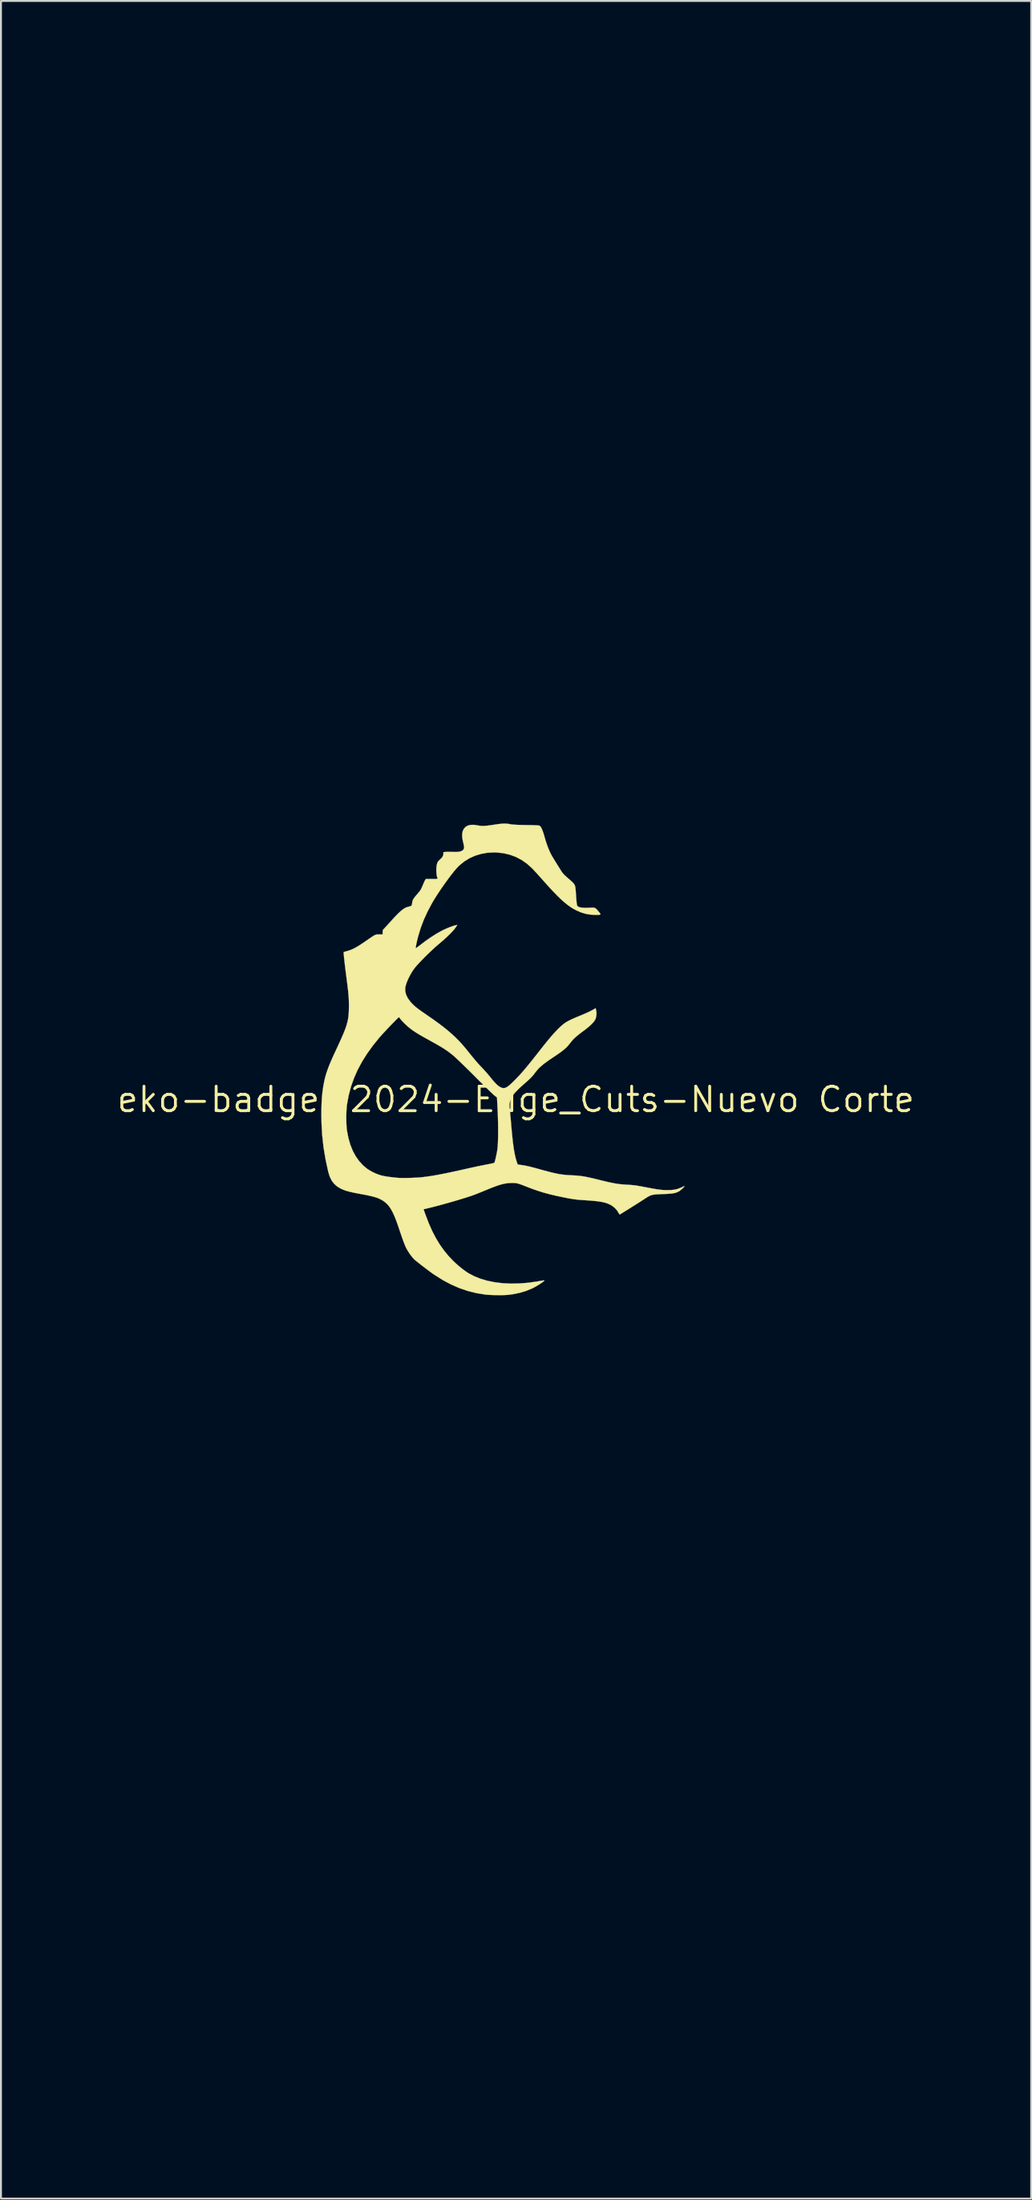
<source format=kicad_pcb>
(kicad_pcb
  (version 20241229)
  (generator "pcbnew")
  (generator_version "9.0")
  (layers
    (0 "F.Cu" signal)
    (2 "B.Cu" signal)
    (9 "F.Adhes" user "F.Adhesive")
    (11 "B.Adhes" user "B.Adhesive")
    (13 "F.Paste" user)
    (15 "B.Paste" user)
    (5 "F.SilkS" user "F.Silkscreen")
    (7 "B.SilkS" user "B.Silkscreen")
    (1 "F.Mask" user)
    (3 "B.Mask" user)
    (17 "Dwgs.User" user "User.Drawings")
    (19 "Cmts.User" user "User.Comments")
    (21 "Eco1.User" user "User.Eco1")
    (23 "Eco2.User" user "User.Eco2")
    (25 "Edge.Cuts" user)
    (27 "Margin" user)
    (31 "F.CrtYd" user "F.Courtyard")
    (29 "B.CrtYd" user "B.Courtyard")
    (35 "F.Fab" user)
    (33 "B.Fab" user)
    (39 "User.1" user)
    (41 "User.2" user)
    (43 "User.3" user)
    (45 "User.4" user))
  (footprint "eko-badge-2024-Edge_Cuts-Nuevo Corte"
    (layer "F.Cu")
    (at 23.753 54.044)
    (property "Reference" "eko-badge-2024-Edge_Cuts-Nuevo Corte" (at 0 0 0) (layer "F.SilkS") (effects (font (size 1.27 1.27) (thickness 0.15))))
    (attr through_hole)
    (fp_poly (pts (xy -6.056 -4.302) (xy -6.021 -4.261) (xy -5.99 -4.219) (xy -5.906 -4.115) (xy -5.795 -3.998) (xy -5.667 -3.876) (xy -5.531 -3.758) (xy -5.428 -3.678) (xy -5.324 -3.603) (xy -5.201 -3.522) (xy -5.058 -3.432) (xy -4.889 -3.331) (xy -4.692 -3.217) (xy -4.463 -3.089) (xy -4.297 -2.997) (xy -4.031 -2.847) (xy -3.798 -2.707) (xy -3.591 -2.572) (xy -3.404 -2.439) (xy -3.23 -2.303) (xy -3.207 -2.284) (xy -3.152 -2.236) (xy -3.072 -2.162) (xy -2.968 -2.064) (xy -2.845 -1.946) (xy -2.707 -1.812) (xy -2.556 -1.664) (xy -2.396 -1.506) (xy -2.232 -1.342) (xy -2.117 -1.227) (xy -1.953 -1.063) (xy -1.794 -0.906) (xy -1.644 -0.757) (xy -1.505 -0.621) (xy -1.381 -0.5) (xy -1.274 -0.397) (xy -1.189 -0.316) (xy -1.128 -0.26) (xy -1.099 -0.236) (xy -0.96 -0.125) (xy -0.921 0.654) (xy -0.904 1.08) (xy -0.895 1.466) (xy -0.895 1.816) (xy -0.904 2.132) (xy -0.923 2.416) (xy -0.95 2.671) (xy -0.988 2.898) (xy -1.035 3.101) (xy -1.071 3.221) (xy -1.081 3.254) (xy -1.089 3.279) (xy -1.102 3.299) (xy -1.124 3.314) (xy -1.161 3.328) (xy -1.218 3.343) (xy -1.3 3.359) (xy -1.413 3.38) (xy -1.563 3.407) (xy -1.566 3.408) (xy -1.64 3.423) (xy -1.75 3.445) (xy -1.889 3.474) (xy -2.051 3.509) (xy -2.232 3.548) (xy -2.424 3.59) (xy -2.622 3.634) (xy -2.699 3.651) (xy -3.025 3.723) (xy -3.313 3.786) (xy -3.57 3.841) (xy -3.798 3.887) (xy -4.002 3.927) (xy -4.187 3.961) (xy -4.356 3.989) (xy -4.514 4.012) (xy -4.665 4.032) (xy -4.814 4.049) (xy -4.942 4.062) (xy -5.132 4.076) (xy -5.343 4.086) (xy -5.562 4.093) (xy -5.776 4.095) (xy -5.973 4.093) (xy -6.138 4.085) (xy -6.468 4.056) (xy -6.761 4.014) (xy -7.023 3.956) (xy -7.258 3.882) (xy -7.47 3.789) (xy -7.664 3.675) (xy -7.845 3.54) (xy -8.016 3.381) (xy -8.027 3.37) (xy -8.147 3.234) (xy -8.268 3.075) (xy -8.379 2.908) (xy -8.466 2.754) (xy -8.561 2.54) (xy -8.646 2.294) (xy -8.72 2.025) (xy -8.78 1.742) (xy -8.797 1.64) (xy -8.817 1.472) (xy -8.829 1.274) (xy -8.835 1.055) (xy -8.833 0.828) (xy -8.825 0.603) (xy -8.81 0.391) (xy -8.788 0.203) (xy -8.786 0.194) (xy -8.694 -0.285) (xy -8.564 -0.754) (xy -8.395 -1.214) (xy -8.186 -1.666) (xy -7.938 -2.113) (xy -7.649 -2.554) (xy -7.319 -2.991) (xy -6.969 -3.401) (xy -6.894 -3.483) (xy -6.805 -3.578) (xy -6.707 -3.683) (xy -6.603 -3.791) (xy -6.498 -3.9) (xy -6.395 -4.005) (xy -6.3 -4.102) (xy -6.217 -4.186) (xy -6.149 -4.253) (xy -6.101 -4.298) (xy -6.077 -4.318) (xy -6.075 -4.318) (xy -6.056 -4.302)) (stroke (width 0.01) (type solid)) (fill yes) (layer "F.Mask"))
    (fp_poly (pts (xy 19.604 -54.034) (xy 19.736 -54.02) (xy 19.855 -53.992) (xy 19.977 -53.947) (xy 20.055 -53.913) (xy 20.256 -53.798) (xy 20.43 -53.653) (xy 20.579 -53.476) (xy 20.699 -53.276) (xy 20.753 -53.164) (xy 20.8 -53.05) (xy 20.84 -52.93) (xy 20.877 -52.796) (xy 20.91 -52.641) (xy 20.943 -52.46) (xy 20.976 -52.245) (xy 20.987 -52.165) (xy 21.008 -52.027) (xy 21.032 -51.889) (xy 21.056 -51.761) (xy 21.079 -51.657) (xy 21.093 -51.604) (xy 21.12 -51.509) (xy 21.146 -51.412) (xy 21.171 -51.311) (xy 21.197 -51.201) (xy 21.223 -51.079) (xy 21.252 -50.941) (xy 21.283 -50.783) (xy 21.318 -50.602) (xy 21.356 -50.395) (xy 21.4 -50.157) (xy 21.449 -49.884) (xy 21.504 -49.573) (xy 21.504 -49.572) (xy 21.562 -49.243) (xy 21.611 -48.945) (xy 21.653 -48.667) (xy 21.69 -48.402) (xy 21.722 -48.139) (xy 21.751 -47.869) (xy 21.777 -47.583) (xy 21.802 -47.272) (xy 21.823 -46.99) (xy 21.846 -46.667) (xy 21.868 -46.382) (xy 21.889 -46.131) (xy 21.908 -45.911) (xy 21.928 -45.716) (xy 21.947 -45.544) (xy 21.966 -45.389) (xy 21.972 -45.35) (xy 22.004 -45.107) (xy 22.032 -44.889) (xy 22.055 -44.687) (xy 22.074 -44.494) (xy 22.091 -44.302) (xy 22.104 -44.102) (xy 22.116 -43.887) (xy 22.126 -43.65) (xy 22.136 -43.382) (xy 22.14 -43.239) (xy 22.147 -42.976) (xy 22.15 -42.731) (xy 22.15 -42.495) (xy 22.145 -42.261) (xy 22.136 -42.021) (xy 22.123 -41.767) (xy 22.104 -41.492) (xy 22.081 -41.186) (xy 22.065 -41) (xy 22.049 -40.807) (xy 22.035 -40.642) (xy 22.022 -40.499) (xy 22.01 -40.373) (xy 21.998 -40.258) (xy 21.986 -40.148) (xy 21.972 -40.036) (xy 21.956 -39.918) (xy 21.937 -39.788) (xy 21.914 -39.64) (xy 21.887 -39.468) (xy 21.855 -39.266) (xy 21.818 -39.029) (xy 21.813 -39) (xy 21.793 -38.859) (xy 21.774 -38.692) (xy 21.757 -38.516) (xy 21.743 -38.346) (xy 21.738 -38.259) (xy 21.722 -38.02) (xy 21.7 -37.793) (xy 21.672 -37.566) (xy 21.635 -37.33) (xy 21.588 -37.073) (xy 21.534 -36.809) (xy 21.501 -36.648) (xy 21.466 -36.476) (xy 21.431 -36.306) (xy 21.4 -36.152) (xy 21.375 -36.026) (xy 21.307 -35.691) (xy 21.234 -35.378) (xy 21.154 -35.074) (xy 21.062 -34.767) (xy 20.956 -34.444) (xy 20.877 -34.22) (xy 20.834 -34.097) (xy 20.798 -33.987) (xy 20.768 -33.885) (xy 20.741 -33.782) (xy 20.717 -33.671) (xy 20.694 -33.547) (xy 20.671 -33.402) (xy 20.646 -33.229) (xy 20.617 -33.021) (xy 20.616 -33.009) (xy 20.574 -32.742) (xy 20.525 -32.504) (xy 20.465 -32.282) (xy 20.39 -32.065) (xy 20.311 -31.869) (xy 20.261 -31.75) (xy 20.2 -31.603) (xy 20.133 -31.439) (xy 20.066 -31.272) (xy 20.002 -31.112) (xy 19.991 -31.083) (xy 19.93 -30.935) (xy 19.854 -30.755) (xy 19.765 -30.551) (xy 19.666 -30.33) (xy 19.561 -30.099) (xy 19.453 -29.864) (xy 19.344 -29.632) (xy 19.239 -29.41) (xy 19.139 -29.205) (xy 19.049 -29.023) (xy 18.988 -28.903) (xy 18.93 -28.796) (xy 18.854 -28.66) (xy 18.763 -28.501) (xy 18.66 -28.324) (xy 18.549 -28.137) (xy 18.435 -27.945) (xy 18.321 -27.755) (xy 18.21 -27.573) (xy 18.106 -27.405) (xy 18.013 -27.257) (xy 17.936 -27.136) (xy 17.911 -27.098) (xy 17.838 -26.986) (xy 17.754 -26.85) (xy 17.668 -26.704) (xy 17.587 -26.564) (xy 17.555 -26.506) (xy 17.44 -26.298) (xy 17.336 -26.124) (xy 17.24 -25.976) (xy 17.147 -25.848) (xy 17.052 -25.734) (xy 16.973 -25.648) (xy 16.91 -25.583) (xy 16.862 -25.525) (xy 16.825 -25.469) (xy 16.795 -25.406) (xy 16.771 -25.329) (xy 16.75 -25.231) (xy 16.728 -25.104) (xy 16.708 -24.977) (xy 16.692 -24.843) (xy 16.681 -24.675) (xy 16.673 -24.48) (xy 16.67 -24.267) (xy 16.671 -24.043) (xy 16.677 -23.816) (xy 16.686 -23.594) (xy 16.7 -23.384) (xy 16.708 -23.294) (xy 16.742 -22.92) (xy 16.772 -22.58) (xy 16.799 -22.266) (xy 16.823 -21.971) (xy 16.845 -21.688) (xy 16.865 -21.408) (xy 16.884 -21.123) (xy 16.901 -20.849) (xy 16.923 -20.503) (xy 16.943 -20.195) (xy 16.961 -19.922) (xy 16.979 -19.678) (xy 16.995 -19.461) (xy 17.012 -19.265) (xy 17.028 -19.088) (xy 17.044 -18.924) (xy 17.061 -18.77) (xy 17.079 -18.622) (xy 17.091 -18.53) (xy 17.111 -18.394) (xy 17.131 -18.293) (xy 17.152 -18.22) (xy 17.179 -18.166) (xy 17.203 -18.135) (xy 17.21 -18.128) (xy 17.222 -18.123) (xy 17.242 -18.118) (xy 17.271 -18.114) (xy 17.312 -18.111) (xy 17.368 -18.108) (xy 17.442 -18.105) (xy 17.535 -18.103) (xy 17.65 -18.101) (xy 17.79 -18.1) (xy 17.958 -18.099) (xy 18.155 -18.098) (xy 18.385 -18.098) (xy 18.649 -18.098) (xy 18.951 -18.098) (xy 19.292 -18.098) (xy 19.293 -18.098) (xy 19.7 -18.097) (xy 20.065 -18.097) (xy 20.388 -18.095) (xy 20.669 -18.094) (xy 20.908 -18.091) (xy 21.106 -18.089) (xy 21.261 -18.086) (xy 21.375 -18.082) (xy 21.448 -18.078) (xy 21.472 -18.075) (xy 21.658 -18.02) (xy 21.824 -17.93) (xy 21.967 -17.808) (xy 22.082 -17.659) (xy 22.165 -17.487) (xy 22.201 -17.361) (xy 22.206 -17.318) (xy 22.21 -17.237) (xy 22.213 -17.123) (xy 22.217 -16.979) (xy 22.219 -16.809) (xy 22.221 -16.619) (xy 22.223 -16.412) (xy 22.225 -16.193) (xy 22.225 -15.965) (xy 22.226 -15.734) (xy 22.226 -15.504) (xy 22.225 -15.278) (xy 22.224 -15.061) (xy 22.222 -14.857) (xy 22.22 -14.671) (xy 22.218 -14.507) (xy 22.215 -14.369) (xy 22.211 -14.261) (xy 22.207 -14.188) (xy 22.204 -14.16) (xy 22.148 -13.975) (xy 22.053 -13.807) (xy 21.972 -13.709) (xy 21.861 -13.606) (xy 21.742 -13.528) (xy 21.608 -13.474) (xy 21.453 -13.439) (xy 21.269 -13.422) (xy 21.144 -13.42) (xy 20.876 -13.42) (xy 20.865 -13.192) (xy 20.844 -12.994) (xy 20.801 -12.82) (xy 20.731 -12.655) (xy 20.69 -12.581) (xy 20.624 -12.484) (xy 20.541 -12.385) (xy 20.454 -12.298) (xy 20.374 -12.235) (xy 20.369 -12.232) (xy 20.297 -12.188) (xy 20.463 -12.13) (xy 20.673 -12.036) (xy 20.858 -11.909) (xy 21.015 -11.753) (xy 21.142 -11.571) (xy 21.234 -11.365) (xy 21.262 -11.271) (xy 21.286 -11.135) (xy 21.295 -10.975) (xy 21.29 -10.807) (xy 21.272 -10.646) (xy 21.252 -10.553) (xy 21.209 -10.386) (xy 21.459 -10.13) (xy 21.566 -10.019) (xy 21.665 -9.911) (xy 21.761 -9.801) (xy 21.855 -9.686) (xy 21.953 -9.56) (xy 22.056 -9.419) (xy 22.17 -9.259) (xy 22.297 -9.074) (xy 22.441 -8.86) (xy 22.523 -8.737) (xy 22.709 -8.453) (xy 22.87 -8.198) (xy 23.009 -7.967) (xy 23.127 -7.755) (xy 23.226 -7.558) (xy 23.31 -7.372) (xy 23.379 -7.192) (xy 23.437 -7.014) (xy 23.484 -6.834) (xy 23.514 -6.698) (xy 23.584 -6.347) (xy 23.641 -6.03) (xy 23.687 -5.744) (xy 23.722 -5.484) (xy 23.747 -5.244) (xy 23.763 -5.021) (xy 23.77 -4.808) (xy 23.77 -4.74) (xy 23.762 -4.452) (xy 23.738 -4.195) (xy 23.696 -3.964) (xy 23.634 -3.751) (xy 23.551 -3.549) (xy 23.503 -3.451) (xy 23.465 -3.382) (xy 23.424 -3.314) (xy 23.378 -3.243) (xy 23.323 -3.165) (xy 23.255 -3.074) (xy 23.171 -2.967) (xy 23.067 -2.837) (xy 22.94 -2.681) (xy 22.911 -2.645) (xy 22.76 -2.457) (xy 22.635 -2.296) (xy 22.536 -2.157) (xy 22.458 -2.038) (xy 22.4 -1.934) (xy 22.38 -1.893) (xy 22.351 -1.818) (xy 22.33 -1.739) (xy 22.319 -1.651) (xy 22.317 -1.547) (xy 22.324 -1.42) (xy 22.341 -1.266) (xy 22.366 -1.077) (xy 22.37 -1.048) (xy 22.406 -0.794) (xy 22.434 -0.577) (xy 22.455 -0.39) (xy 22.469 -0.227) (xy 22.477 -0.083) (xy 22.478 0.048) (xy 22.474 0.172) (xy 22.464 0.294) (xy 22.456 0.37) (xy 22.402 0.663) (xy 22.314 0.93) (xy 22.193 1.174) (xy 22.036 1.394) (xy 21.961 1.479) (xy 21.833 1.602) (xy 21.67 1.737) (xy 21.477 1.881) (xy 21.257 2.031) (xy 21.015 2.183) (xy 20.756 2.336) (xy 20.485 2.485) (xy 20.438 2.509) (xy 20.333 2.565) (xy 20.242 2.616) (xy 20.172 2.658) (xy 20.128 2.687) (xy 20.116 2.698) (xy 20.117 2.727) (xy 20.125 2.789) (xy 20.14 2.879) (xy 20.16 2.988) (xy 20.181 3.093) (xy 20.231 3.354) (xy 20.269 3.583) (xy 20.296 3.79) (xy 20.315 3.985) (xy 20.324 4.177) (xy 20.327 4.329) (xy 20.323 4.525) (xy 20.31 4.717) (xy 20.291 4.894) (xy 20.265 5.05) (xy 20.234 5.175) (xy 20.219 5.217) (xy 20.132 5.384) (xy 20.006 5.54) (xy 19.842 5.684) (xy 19.642 5.815) (xy 19.409 5.932) (xy 19.144 6.034) (xy 18.849 6.119) (xy 18.763 6.139) (xy 18.55 6.187) (xy 18.277 6.771) (xy 18.106 7.141) (xy 17.952 7.476) (xy 17.816 7.779) (xy 17.696 8.055) (xy 17.589 8.307) (xy 17.496 8.537) (xy 17.415 8.749) (xy 17.344 8.947) (xy 17.282 9.132) (xy 17.228 9.31) (xy 17.18 9.482) (xy 17.169 9.525) (xy 17.116 9.745) (xy 17.078 9.937) (xy 17.053 10.115) (xy 17.038 10.29) (xy 17.034 10.475) (xy 17.033 10.499) (xy 17.034 10.596) (xy 17.036 10.677) (xy 17.04 10.749) (xy 17.048 10.821) (xy 17.061 10.901) (xy 17.08 10.995) (xy 17.107 11.112) (xy 17.141 11.261) (xy 17.154 11.314) (xy 17.244 11.699) (xy 17.322 12.047) (xy 17.39 12.363) (xy 17.447 12.65) (xy 17.495 12.913) (xy 17.534 13.154) (xy 17.565 13.378) (xy 17.588 13.59) (xy 17.604 13.792) (xy 17.614 13.989) (xy 17.618 14.182) (xy 17.618 14.379) (xy 17.615 14.577) (xy 17.609 14.769) (xy 17.601 14.949) (xy 17.59 15.111) (xy 17.578 15.248) (xy 17.565 15.352) (xy 17.556 15.399) (xy 17.487 15.602) (xy 17.386 15.781) (xy 17.255 15.933) (xy 17.097 16.055) (xy 16.916 16.145) (xy 16.714 16.198) (xy 16.695 16.201) (xy 16.635 16.213) (xy 16.607 16.227) (xy 16.602 16.251) (xy 16.605 16.263) (xy 16.611 16.298) (xy 16.621 16.367) (xy 16.636 16.464) (xy 16.652 16.579) (xy 16.669 16.701) (xy 16.704 16.944) (xy 16.743 17.211) (xy 16.786 17.498) (xy 16.832 17.801) (xy 16.881 18.114) (xy 16.931 18.434) (xy 16.982 18.756) (xy 17.034 19.075) (xy 17.085 19.388) (xy 17.135 19.69) (xy 17.183 19.976) (xy 17.228 20.242) (xy 17.27 20.483) (xy 17.308 20.696) (xy 17.342 20.875) (xy 17.368 21.009) (xy 17.548 21.828) (xy 17.748 22.615) (xy 17.966 23.371) (xy 18.203 24.092) (xy 18.458 24.778) (xy 18.73 25.427) (xy 18.815 25.613) (xy 18.877 25.749) (xy 18.923 25.854) (xy 18.956 25.938) (xy 18.979 26.008) (xy 18.995 26.072) (xy 19.006 26.14) (xy 19.011 26.174) (xy 19.021 26.302) (xy 19.025 26.449) (xy 19.022 26.605) (xy 19.013 26.756) (xy 18.999 26.892) (xy 18.98 27) (xy 18.975 27.019) (xy 18.909 27.201) (xy 18.814 27.38) (xy 18.699 27.541) (xy 18.633 27.614) (xy 18.476 27.743) (xy 18.291 27.849) (xy 18.088 27.926) (xy 17.876 27.971) (xy 17.715 27.982) (xy 17.653 27.984) (xy 17.622 27.992) (xy 17.612 28.016) (xy 17.611 28.051) (xy 17.614 28.129) (xy 17.625 28.245) (xy 17.641 28.396) (xy 17.663 28.577) (xy 17.691 28.786) (xy 17.723 29.02) (xy 17.759 29.273) (xy 17.799 29.543) (xy 17.841 29.827) (xy 17.887 30.12) (xy 17.934 30.42) (xy 17.983 30.722) (xy 18.033 31.023) (xy 18.083 31.32) (xy 18.131 31.591) (xy 18.199 31.976) (xy 18.272 32.376) (xy 18.348 32.786) (xy 18.426 33.199) (xy 18.505 33.611) (xy 18.584 34.017) (xy 18.662 34.411) (xy 18.738 34.787) (xy 18.811 35.141) (xy 18.879 35.467) (xy 18.942 35.76) (xy 18.977 35.916) (xy 19.025 36.134) (xy 19.063 36.317) (xy 19.092 36.47) (xy 19.112 36.599) (xy 19.124 36.71) (xy 19.129 36.808) (xy 19.127 36.9) (xy 19.119 36.99) (xy 19.115 37.023) (xy 19.064 37.28) (xy 18.978 37.511) (xy 18.859 37.717) (xy 18.705 37.898) (xy 18.517 38.054) (xy 18.295 38.185) (xy 18.098 38.27) (xy 18.013 38.302) (xy 17.941 38.329) (xy 17.892 38.347) (xy 17.881 38.351) (xy 17.867 38.362) (xy 17.872 38.384) (xy 17.898 38.424) (xy 17.949 38.486) (xy 17.963 38.502) (xy 18.265 38.882) (xy 18.551 39.295) (xy 18.818 39.738) (xy 19.063 40.205) (xy 19.285 40.691) (xy 19.481 41.189) (xy 19.649 41.696) (xy 19.787 42.205) (xy 19.893 42.712) (xy 19.965 43.212) (xy 19.983 43.392) (xy 19.996 43.631) (xy 19.998 43.877) (xy 19.988 44.121) (xy 19.969 44.354) (xy 19.939 44.566) (xy 19.901 44.749) (xy 19.886 44.805) (xy 19.869 44.883) (xy 19.876 44.951) (xy 19.882 44.975) (xy 19.891 45.024) (xy 19.898 45.108) (xy 19.903 45.217) (xy 19.906 45.343) (xy 19.907 45.403) (xy 19.906 45.538) (xy 19.904 45.64) (xy 19.899 45.718) (xy 19.89 45.781) (xy 19.877 45.838) (xy 19.858 45.899) (xy 19.858 45.9) (xy 19.79 46.076) (xy 19.71 46.224) (xy 19.608 46.361) (xy 19.505 46.471) (xy 19.401 46.569) (xy 19.298 46.652) (xy 19.187 46.724) (xy 19.061 46.789) (xy 18.912 46.852) (xy 18.731 46.918) (xy 18.673 46.938) (xy 18.658 46.953) (xy 18.673 46.983) (xy 18.683 46.997) (xy 18.872 47.242) (xy 19.035 47.466) (xy 19.177 47.675) (xy 19.303 47.878) (xy 19.418 48.081) (xy 19.495 48.228) (xy 19.669 48.605) (xy 19.808 48.988) (xy 19.916 49.383) (xy 19.993 49.796) (xy 20.042 50.235) (xy 20.046 50.294) (xy 20.055 50.462) (xy 20.059 50.635) (xy 20.056 50.817) (xy 20.048 51.011) (xy 20.033 51.222) (xy 20.012 51.454) (xy 19.983 51.71) (xy 19.947 51.994) (xy 19.903 52.311) (xy 19.851 52.664) (xy 19.835 52.769) (xy 19.81 52.94) (xy 19.785 53.118) (xy 19.761 53.293) (xy 19.741 53.453) (xy 19.725 53.588) (xy 19.718 53.655) (xy 19.707 53.767) (xy 19.697 53.863) (xy 19.689 53.936) (xy 19.683 53.978) (xy 19.681 53.985) (xy 19.659 53.985) (xy 19.597 53.986) (xy 19.493 53.986) (xy 19.35 53.987) (xy 19.168 53.987) (xy 18.948 53.988) (xy 18.691 53.989) (xy 18.397 53.99) (xy 18.068 53.991) (xy 17.705 53.991) (xy 17.308 53.992) (xy 16.878 53.994) (xy 16.416 53.995) (xy 15.923 53.996) (xy 15.4 53.997) (xy 14.847 53.998) (xy 14.266 53.999) (xy 13.658 54.001) (xy 13.022 54.002) (xy 12.361 54.004) (xy 11.675 54.005) (xy 10.964 54.006) (xy 10.23 54.008) (xy 9.474 54.01) (xy 8.697 54.011) (xy 7.898 54.013) (xy 7.08 54.014) (xy 6.243 54.016) (xy 5.388 54.018) (xy 4.515 54.019) (xy 3.626 54.021) (xy 2.722 54.023) (xy 1.803 54.025) (xy 0.87 54.026) (xy -0.075 54.028) (xy -1.033 54.03) (xy -2.002 54.032) (xy -2.981 54.034) (xy -3.97 54.035) (xy -4.967 54.037) (xy -5.972 54.039) (xy -6.983 54.041) (xy -8.001 54.043) (xy -9.024 54.045) (xy -10.051 54.047) (xy -11.081 54.048) (xy -12.114 54.05) (xy -13.149 54.052) (xy -13.77 54.053) (xy -21.646 54.067) (xy -21.681 53.899) (xy -21.736 53.619) (xy -21.778 53.349) (xy -21.809 53.079) (xy -21.829 52.8) (xy -21.839 52.503) (xy -21.84 52.178) (xy -21.838 52.023) (xy -21.817 51.533) (xy -21.774 51.065) (xy -21.731 50.779) (xy -11.853 50.779) (xy -11.853 53.255) (xy 10.901 53.255) (xy 10.901 50.779) (xy -11.853 50.779) (xy -21.731 50.779) (xy -21.706 50.61) (xy -21.613 50.16) (xy -21.491 49.705) (xy -21.34 49.238) (xy -21.215 48.897) (xy -21.099 48.592) (xy -21.132 48.421) (xy -21.195 47.997) (xy -21.221 47.58) (xy -21.208 47.173) (xy -21.157 46.779) (xy -21.069 46.4) (xy -21.039 46.304) (xy -20.978 46.112) (xy -21.028 46.059) (xy -21.101 45.967) (xy -21.176 45.849) (xy -21.244 45.72) (xy -21.299 45.593) (xy -21.305 45.576) (xy -21.343 45.431) (xy -21.367 45.262) (xy -21.377 45.081) (xy -21.374 44.897) (xy -21.357 44.722) (xy -21.327 44.567) (xy -21.289 44.452) (xy -21.253 44.329) (xy -21.244 44.217) (xy -21.247 44.142) (xy -21.26 44.071) (xy -21.286 43.998) (xy -21.329 43.916) (xy -21.392 43.818) (xy -21.479 43.696) (xy -21.509 43.654) (xy -21.602 43.527) (xy -21.674 43.426) (xy -21.729 43.343) (xy -21.772 43.271) (xy -21.807 43.203) (xy -21.834 43.145) (xy -21.916 42.912) (xy -21.959 42.675) (xy -21.962 42.429) (xy -21.94 42.247) (xy -21.896 42.028) (xy -21.837 41.824) (xy -21.759 41.624) (xy -21.658 41.42) (xy -21.531 41.202) (xy -21.478 41.118) (xy -21.353 40.911) (xy -21.254 40.721) (xy -21.177 40.536) (xy -21.118 40.344) (xy -21.073 40.134) (xy -21.049 39.984) (xy -21.023 39.833) (xy -20.991 39.711) (xy -20.946 39.606) (xy -20.883 39.505) (xy -20.796 39.395) (xy -20.765 39.359) (xy -20.677 39.255) (xy -20.614 39.167) (xy -20.571 39.084) (xy -20.542 38.993) (xy -20.523 38.882) (xy -20.512 38.783) (xy -20.474 38.522) (xy -20.413 38.289) (xy -20.324 38.072) (xy -20.205 37.861) (xy -20.127 37.747) (xy -20.003 37.574) (xy -20.003 37.404) (xy -19.999 37.29) (xy -19.988 37.155) (xy -19.973 37.012) (xy -19.953 36.873) (xy -19.932 36.751) (xy -19.91 36.657) (xy -19.908 36.65) (xy -19.891 36.591) (xy -19.882 36.551) (xy -19.882 36.543) (xy -19.903 36.535) (xy -19.953 36.52) (xy -20.013 36.503) (xy -20.202 36.437) (xy -20.391 36.348) (xy -20.573 36.242) (xy -20.741 36.124) (xy -20.888 35.997) (xy -21.007 35.868) (xy -21.093 35.74) (xy -21.103 35.721) (xy -21.133 35.654) (xy -21.158 35.588) (xy -21.177 35.518) (xy -21.189 35.444) (xy -21.195 35.362) (xy -21.193 35.271) (xy -21.182 35.167) (xy -21.164 35.048) (xy -21.136 34.913) (xy -21.099 34.758) (xy -21.052 34.58) (xy -20.994 34.378) (xy -20.925 34.15) (xy -20.845 33.891) (xy -20.752 33.601) (xy -20.647 33.277) (xy -20.528 32.916) (xy -20.486 32.787) (xy -20.389 32.494) (xy -20.304 32.236) (xy -20.231 32.011) (xy -20.167 31.814) (xy -20.112 31.64) (xy -20.065 31.485) (xy -20.025 31.347) (xy -19.99 31.219) (xy -19.96 31.099) (xy -19.934 30.981) (xy -19.91 30.863) (xy -19.887 30.739) (xy -19.865 30.606) (xy -19.843 30.459) (xy -19.818 30.295) (xy -19.791 30.109) (xy -19.78 30.034) (xy -19.756 29.869) (xy -19.733 29.716) (xy -19.713 29.581) (xy -19.696 29.469) (xy -19.682 29.384) (xy -19.674 29.334) (xy -19.672 29.323) (xy -19.671 29.296) (xy -19.69 29.27) (xy -19.736 29.239) (xy -19.788 29.21) (xy -19.911 29.128) (xy -20.031 29.02) (xy -20.138 28.897) (xy -20.218 28.772) (xy -20.234 28.74) (xy -20.297 28.575) (xy -20.332 28.416) (xy -20.341 28.253) (xy -20.321 28.081) (xy -20.274 27.892) (xy -20.202 27.686) (xy -20.179 27.624) (xy -20.144 27.527) (xy -20.099 27.401) (xy -20.045 27.25) (xy -19.985 27.079) (xy -19.919 26.893) (xy -19.851 26.699) (xy -19.797 26.543) (xy -19.679 26.206) (xy -19.574 25.906) (xy -19.479 25.639) (xy -19.393 25.403) (xy -19.315 25.193) (xy -19.243 25.008) (xy -19.177 24.842) (xy -19.115 24.693) (xy -19.056 24.558) (xy -18.998 24.433) (xy -18.941 24.315) (xy -18.89 24.217) (xy -18.774 23.995) (xy -18.822 23.814) (xy -18.841 23.737) (xy -18.854 23.665) (xy -18.862 23.587) (xy -18.867 23.495) (xy -18.868 23.376) (xy -18.868 23.283) (xy -18.867 23.145) (xy -18.863 23.038) (xy -18.856 22.951) (xy -18.845 22.875) (xy -18.829 22.797) (xy -18.81 22.724) (xy -18.747 22.529) (xy -18.653 22.309) (xy -18.53 22.066) (xy -18.38 21.802) (xy -18.293 21.661) (xy -18.204 21.519) (xy -18.135 21.404) (xy -18.081 21.311) (xy -18.039 21.231) (xy -18.007 21.158) (xy -17.98 21.083) (xy -17.955 20.999) (xy -17.93 20.9) (xy -17.915 20.843) (xy -17.893 20.754) (xy -17.861 20.631) (xy -17.822 20.48) (xy -17.777 20.308) (xy -17.728 20.121) (xy -17.677 19.927) (xy -17.625 19.731) (xy -17.618 19.706) (xy -17.54 19.413) (xy -17.473 19.155) (xy -17.416 18.93) (xy -17.367 18.731) (xy -17.325 18.556) (xy -17.291 18.398) (xy -17.261 18.254) (xy -17.236 18.12) (xy -17.215 17.99) (xy -17.207 17.939) (xy -17.19 17.828) (xy -17.174 17.725) (xy -17.156 17.624) (xy -17.136 17.52) (xy -17.113 17.405) (xy -17.085 17.273) (xy -17.052 17.118) (xy -17.01 16.933) (xy -16.968 16.742) (xy -16.905 16.459) (xy -16.852 16.213) (xy -16.81 16) (xy -16.777 15.818) (xy -16.752 15.662) (xy -16.737 15.528) (xy -16.729 15.414) (xy -16.728 15.316) (xy -16.734 15.23) (xy -16.741 15.185) (xy -16.755 15.111) (xy -16.777 15.022) (xy -16.802 14.925) (xy -16.83 14.828) (xy -16.857 14.74) (xy -16.881 14.669) (xy -16.9 14.623) (xy -16.911 14.611) (xy -17.107 14.7) (xy -17.304 14.749) (xy -17.498 14.758) (xy -17.687 14.725) (xy -17.839 14.667) (xy -17.93 14.616) (xy -18.013 14.555) (xy -18.091 14.48) (xy -18.168 14.385) (xy -18.248 14.267) (xy -18.334 14.12) (xy -18.43 13.94) (xy -18.477 13.846) (xy -18.666 13.434) (xy -18.826 13.007) (xy -18.958 12.561) (xy -19.064 12.091) (xy -19.145 11.591) (xy -19.16 11.472) (xy -19.171 11.355) (xy -19.179 11.203) (xy -19.184 11.025) (xy -19.187 10.828) (xy -19.188 10.62) (xy -19.186 10.408) (xy -19.181 10.202) (xy -19.175 10.008) (xy -19.166 9.835) (xy -19.155 9.689) (xy -19.149 9.631) (xy -19.045 8.938) (xy -18.904 8.26) (xy -18.724 7.594) (xy -18.504 6.936) (xy -18.244 6.284) (xy -18.079 5.918) (xy -18.037 5.828) (xy -18.002 5.752) (xy -17.979 5.698) (xy -17.971 5.675) (xy -17.971 5.675) (xy -17.982 5.654) (xy -18.015 5.606) (xy -18.061 5.542) (xy -18.095 5.497) (xy -18.219 5.331) (xy -18.502 5.323) (xy -18.836 5.295) (xy -19.149 5.23) (xy -19.44 5.13) (xy -19.709 4.994) (xy -19.955 4.821) (xy -20.082 4.711) (xy -20.238 4.551) (xy -20.364 4.394) (xy -20.468 4.226) (xy -20.529 4.103) (xy -20.616 3.88) (xy -20.677 3.646) (xy -20.711 3.412) (xy -20.715 3.191) (xy -20.711 3.143) (xy -20.702 3.055) (xy -20.688 2.932) (xy -20.67 2.783) (xy -20.649 2.613) (xy -20.625 2.431) (xy -20.601 2.244) (xy -20.576 2.059) (xy -20.553 1.883) (xy -20.53 1.724) (xy -20.511 1.589) (xy -20.495 1.485) (xy -20.489 1.449) (xy -20.473 1.352) (xy -20.459 1.272) (xy -20.45 1.216) (xy -20.447 1.194) (xy -20.466 1.189) (xy -20.513 1.186) (xy -20.537 1.186) (xy -20.597 1.192) (xy -20.646 1.213) (xy -20.699 1.259) (xy -20.709 1.269) (xy -20.841 1.372) (xy -20.996 1.445) (xy -21.166 1.487) (xy -21.344 1.499) (xy -21.522 1.478) (xy -21.693 1.425) (xy -21.78 1.381) (xy -21.859 1.327) (xy -21.954 1.248) (xy -22.055 1.152) (xy -22.153 1.051) (xy -22.239 0.951) (xy -22.281 0.896) (xy -22.36 0.772) (xy -22.435 0.631) (xy -10.089 0.631) (xy -10.083 1.186) (xy -10.05 1.75) (xy -9.991 2.313) (xy -9.907 2.869) (xy -9.894 2.938) (xy -9.841 3.218) (xy -9.791 3.459) (xy -9.742 3.666) (xy -9.693 3.843) (xy -9.643 3.992) (xy -9.589 4.118) (xy -9.53 4.224) (xy -9.465 4.314) (xy -9.392 4.393) (xy -9.309 4.462) (xy -9.236 4.514) (xy -9.137 4.576) (xy -9.035 4.629) (xy -8.925 4.677) (xy -8.8 4.72) (xy -8.657 4.761) (xy -8.488 4.8) (xy -8.29 4.841) (xy -8.055 4.883) (xy -8.022 4.889) (xy -7.756 4.939) (xy -7.528 4.989) (xy -7.333 5.04) (xy -7.167 5.096) (xy -7.024 5.156) (xy -6.901 5.224) (xy -6.793 5.299) (xy -6.782 5.307) (xy -6.654 5.428) (xy -6.532 5.582) (xy -6.416 5.77) (xy -6.305 5.994) (xy -6.197 6.257) (xy -6.091 6.561) (xy -6.084 6.582) (xy -5.995 6.858) (xy -5.914 7.098) (xy -5.84 7.304) (xy -5.771 7.482) (xy -5.705 7.635) (xy -5.641 7.768) (xy -5.575 7.885) (xy -5.507 7.989) (xy -5.434 8.085) (xy -5.355 8.177) (xy -5.325 8.21) (xy -5.27 8.262) (xy -5.187 8.335) (xy -5.082 8.424) (xy -4.959 8.523) (xy -4.825 8.63) (xy -4.685 8.738) (xy -4.545 8.843) (xy -4.434 8.925) (xy -4.013 9.213) (xy -3.593 9.459) (xy -3.171 9.666) (xy -2.744 9.835) (xy -2.308 9.967) (xy -1.862 10.064) (xy -1.587 10.106) (xy -1.469 10.117) (xy -1.321 10.126) (xy -1.154 10.132) (xy -0.977 10.135) (xy -0.8 10.136) (xy -0.634 10.133) (xy -0.489 10.127) (xy -0.374 10.118) (xy -0.359 10.117) (xy 0.031 10.052) (xy 0.392 9.957) (xy 0.729 9.831) (xy 0.91 9.746) (xy 1.001 9.697) (xy 1.094 9.643) (xy 1.182 9.589) (xy 1.261 9.536) (xy 1.326 9.49) (xy 1.371 9.454) (xy 1.391 9.431) (xy 1.381 9.425) (xy 1.376 9.426) (xy 1.089 9.48) (xy 0.771 9.523) (xy 0.433 9.553) (xy 0.085 9.571) (xy -0.159 9.575) (xy -0.535 9.567) (xy -0.878 9.542) (xy -1.195 9.499) (xy -1.492 9.437) (xy -1.774 9.354) (xy -2.05 9.248) (xy -2.254 9.155) (xy -2.462 9.043) (xy -2.663 8.915) (xy -2.862 8.766) (xy -3.066 8.59) (xy -3.284 8.383) (xy -3.303 8.363) (xy -3.574 8.073) (xy -3.816 7.774) (xy -4.034 7.459) (xy -4.232 7.121) (xy -4.416 6.753) (xy -4.518 6.521) (xy -4.556 6.427) (xy -4.599 6.318) (xy -4.644 6.2) (xy -4.689 6.081) (xy -4.731 5.966) (xy -4.768 5.862) (xy -4.797 5.777) (xy -4.816 5.716) (xy -4.823 5.686) (xy -4.822 5.684) (xy -4.801 5.678) (xy -4.744 5.663) (xy -4.656 5.64) (xy -4.543 5.611) (xy -4.411 5.578) (xy -4.264 5.541) (xy -4.255 5.538) (xy -3.769 5.412) (xy -3.32 5.288) (xy -2.905 5.164) (xy -2.518 5.039) (xy -2.156 4.911) (xy -1.813 4.779) (xy -1.683 4.726) (xy -1.437 4.625) (xy -1.225 4.542) (xy -1.041 4.473) (xy -0.88 4.419) (xy -0.737 4.378) (xy -0.607 4.348) (xy -0.485 4.328) (xy -0.366 4.316) (xy -0.245 4.311) (xy -0.201 4.311) (xy -0.107 4.312) (xy -0.028 4.316) (xy 0.045 4.325) (xy 0.118 4.34) (xy 0.2 4.363) (xy 0.298 4.397) (xy 0.42 4.444) (xy 0.573 4.504) (xy 0.582 4.508) (xy 0.895 4.628) (xy 1.201 4.733) (xy 1.511 4.827) (xy 1.835 4.913) (xy 2.184 4.994) (xy 2.487 5.057) (xy 2.666 5.092) (xy 2.818 5.12) (xy 2.952 5.143) (xy 3.077 5.161) (xy 3.205 5.176) (xy 3.344 5.189) (xy 3.504 5.202) (xy 3.695 5.216) (xy 3.725 5.218) (xy 3.963 5.235) (xy 4.165 5.254) (xy 4.335 5.275) (xy 4.48 5.299) (xy 4.605 5.325) (xy 4.715 5.357) (xy 4.72 5.358) (xy 4.925 5.443) (xy 5.099 5.555) (xy 5.241 5.693) (xy 5.334 5.828) (xy 5.4 5.944) (xy 5.806 5.688) (xy 5.954 5.595) (xy 6.118 5.491) (xy 6.285 5.385) (xy 6.442 5.285) (xy 6.571 5.203) (xy 6.688 5.13) (xy 6.8 5.063) (xy 6.901 5.006) (xy 6.981 4.964) (xy 7.034 4.941) (xy 7.036 4.94) (xy 7.098 4.926) (xy 7.189 4.914) (xy 7.313 4.904) (xy 7.474 4.895) (xy 7.62 4.889) (xy 7.81 4.881) (xy 7.965 4.871) (xy 8.09 4.859) (xy 8.193 4.842) (xy 8.279 4.821) (xy 8.355 4.793) (xy 8.428 4.759) (xy 8.448 4.749) (xy 8.518 4.705) (xy 8.582 4.656) (xy 8.604 4.635) (xy 8.66 4.577) (xy 8.492 4.637) (xy 8.341 4.681) (xy 8.179 4.712) (xy 8.001 4.727) (xy 7.804 4.728) (xy 7.585 4.714) (xy 7.338 4.685) (xy 7.06 4.641) (xy 6.748 4.582) (xy 6.693 4.571) (xy 6.489 4.531) (xy 6.311 4.5) (xy 6.144 4.477) (xy 5.972 4.46) (xy 5.781 4.447) (xy 5.736 4.445) (xy 5.58 4.435) (xy 5.436 4.422) (xy 5.295 4.405) (xy 5.15 4.383) (xy 4.995 4.354) (xy 4.823 4.318) (xy 4.625 4.272) (xy 4.396 4.216) (xy 4.339 4.202) (xy 4.113 4.146) (xy 3.921 4.1) (xy 3.756 4.062) (xy 3.613 4.033) (xy 3.485 4.01) (xy 3.366 3.992) (xy 3.248 3.979) (xy 3.125 3.969) (xy 2.991 3.961) (xy 2.919 3.958) (xy 2.762 3.95) (xy 2.619 3.94) (xy 2.484 3.927) (xy 2.351 3.91) (xy 2.215 3.888) (xy 2.071 3.86) (xy 1.913 3.825) (xy 1.736 3.781) (xy 1.534 3.728) (xy 1.302 3.665) (xy 1.058 3.598) (xy 0.854 3.544) (xy 0.629 3.492) (xy 0.402 3.444) (xy 0.191 3.405) (xy 0.144 3.397) (xy 0.104 3.389) (xy 0.077 3.375) (xy 0.057 3.345) (xy 0.035 3.29) (xy 0.013 3.222) (xy -0.023 3.101) (xy -0.055 2.979) (xy -0.084 2.85) (xy -0.111 2.711) (xy -0.136 2.556) (xy -0.16 2.38) (xy -0.183 2.18) (xy -0.207 1.951) (xy -0.233 1.688) (xy -0.254 1.448) (xy -0.27 1.266) (xy -0.286 1.09) (xy -0.301 0.926) (xy -0.315 0.78) (xy -0.327 0.659) (xy -0.337 0.57) (xy -0.342 0.53) (xy -0.356 0.364) (xy -0.352 0.213) (xy -0.327 0.073) (xy -0.28 -0.062) (xy -0.206 -0.195) (xy -0.105 -0.332) (xy 0.027 -0.478) (xy 0.191 -0.636) (xy 0.328 -0.758) (xy 0.5 -0.91) (xy 0.644 -1.042) (xy 0.762 -1.158) (xy 0.861 -1.264) (xy 0.945 -1.364) (xy 0.997 -1.432) (xy 1.071 -1.53) (xy 1.15 -1.62) (xy 1.239 -1.708) (xy 1.342 -1.798) (xy 1.464 -1.893) (xy 1.612 -2) (xy 1.789 -2.122) (xy 1.852 -2.164) (xy 2.04 -2.29) (xy 2.196 -2.398) (xy 2.326 -2.491) (xy 2.435 -2.573) (xy 2.526 -2.649) (xy 2.604 -2.722) (xy 2.675 -2.796) (xy 2.743 -2.875) (xy 2.812 -2.963) (xy 2.821 -2.974) (xy 2.894 -3.065) (xy 2.977 -3.154) (xy 3.073 -3.247) (xy 3.188 -3.347) (xy 3.329 -3.459) (xy 3.499 -3.59) (xy 3.506 -3.595) (xy 3.688 -3.736) (xy 3.836 -3.86) (xy 3.952 -3.97) (xy 4.04 -4.072) (xy 4.103 -4.167) (xy 4.144 -4.261) (xy 4.165 -4.357) (xy 4.17 -4.437) (xy 4.166 -4.518) (xy 4.157 -4.593) (xy 4.147 -4.63) (xy 4.125 -4.694) (xy 3.909 -4.582) (xy 3.813 -4.534) (xy 3.69 -4.477) (xy 3.553 -4.416) (xy 3.415 -4.358) (xy 3.348 -4.33) (xy 3.129 -4.239) (xy 2.945 -4.158) (xy 2.789 -4.082) (xy 2.656 -4.008) (xy 2.539 -3.933) (xy 2.433 -3.853) (xy 2.331 -3.765) (xy 2.227 -3.664) (xy 2.141 -3.575) (xy 2.057 -3.485) (xy 1.97 -3.389) (xy 1.878 -3.284) (xy 1.778 -3.165) (xy 1.666 -3.029) (xy 1.539 -2.872) (xy 1.394 -2.69) (xy 1.227 -2.48) (xy 1.175 -2.413) (xy 0.98 -2.167) (xy 0.808 -1.951) (xy 0.653 -1.762) (xy 0.513 -1.594) (xy 0.385 -1.443) (xy 0.264 -1.307) (xy 0.148 -1.18) (xy 0.032 -1.059) (xy -0.086 -0.94) (xy -0.11 -0.916) (xy -0.229 -0.801) (xy -0.325 -0.714) (xy -0.404 -0.651) (xy -0.47 -0.609) (xy -0.53 -0.584) (xy -0.589 -0.573) (xy -0.629 -0.572) (xy -0.716 -0.582) (xy -0.804 -0.613) (xy -0.897 -0.668) (xy -0.998 -0.75) (xy -1.11 -0.86) (xy -1.236 -1.003) (xy -1.38 -1.179) (xy -1.385 -1.185) (xy -1.481 -1.302) (xy -1.591 -1.429) (xy -1.704 -1.553) (xy -1.806 -1.66) (xy -1.818 -1.672) (xy -1.883 -1.737) (xy -1.944 -1.8) (xy -2.002 -1.863) (xy -2.064 -1.933) (xy -2.131 -2.012) (xy -2.208 -2.106) (xy -2.299 -2.218) (xy -2.406 -2.353) (xy -2.534 -2.515) (xy -2.603 -2.604) (xy -2.775 -2.811) (xy -2.96 -3.015) (xy -3.164 -3.217) (xy -3.389 -3.422) (xy -3.639 -3.631) (xy -3.917 -3.847) (xy -4.226 -4.075) (xy -4.571 -4.316) (xy -4.634 -4.359) (xy -4.834 -4.496) (xy -5.001 -4.616) (xy -5.141 -4.722) (xy -5.257 -4.816) (xy -5.354 -4.903) (xy -5.437 -4.985) (xy -5.453 -5.003) (xy -5.592 -5.175) (xy -5.691 -5.343) (xy -5.752 -5.511) (xy -5.774 -5.682) (xy -5.77 -5.783) (xy -5.74 -5.948) (xy -5.681 -6.133) (xy -5.596 -6.33) (xy -5.488 -6.532) (xy -5.36 -6.733) (xy -5.293 -6.826) (xy -5.203 -6.937) (xy -5.087 -7.07) (xy -4.948 -7.219) (xy -4.793 -7.379) (xy -4.625 -7.545) (xy -4.452 -7.711) (xy -4.278 -7.873) (xy -4.108 -8.024) (xy -3.968 -8.144) (xy -3.846 -8.248) (xy -3.722 -8.356) (xy -3.606 -8.461) (xy -3.504 -8.555) (xy -3.425 -8.633) (xy -3.407 -8.652) (xy -3.322 -8.743) (xy -3.246 -8.83) (xy -3.183 -8.908) (xy -3.136 -8.971) (xy -3.109 -9.015) (xy -3.105 -9.035) (xy -3.113 -9.035) (xy -3.146 -9.023) (xy -3.208 -9.002) (xy -3.287 -8.976) (xy -3.317 -8.966) (xy -3.531 -8.885) (xy -3.756 -8.781) (xy -3.995 -8.652) (xy -4.251 -8.496) (xy -4.525 -8.312) (xy -4.821 -8.098) (xy -5.14 -7.853) (xy -5.202 -7.805) (xy -5.23 -7.791) (xy -5.238 -7.792) (xy -5.238 -7.816) (xy -5.23 -7.874) (xy -5.216 -7.958) (xy -5.196 -8.059) (xy -5.173 -8.171) (xy -5.148 -8.286) (xy -5.122 -8.396) (xy -5.098 -8.494) (xy -5.092 -8.518) (xy -4.989 -8.858) (xy -4.869 -9.194) (xy -4.729 -9.528) (xy -4.566 -9.866) (xy -4.379 -10.21) (xy -4.166 -10.564) (xy -3.924 -10.934) (xy -3.651 -11.322) (xy -3.463 -11.578) (xy -3.303 -11.785) (xy -3.158 -11.961) (xy -3.023 -12.109) (xy -2.892 -12.234) (xy -2.76 -12.342) (xy -2.622 -12.437) (xy -2.473 -12.525) (xy -2.399 -12.563) (xy -2.114 -12.689) (xy -1.821 -12.779) (xy -1.515 -12.833) (xy -1.189 -12.854) (xy -1.132 -12.854) (xy -0.78 -12.833) (xy -0.442 -12.774) (xy -0.122 -12.676) (xy 0.181 -12.54) (xy 0.465 -12.367) (xy 0.728 -12.156) (xy 0.834 -12.056) (xy 0.897 -11.991) (xy 0.982 -11.901) (xy 1.084 -11.79) (xy 1.199 -11.664) (xy 1.321 -11.529) (xy 1.444 -11.392) (xy 1.495 -11.334) (xy 1.748 -11.052) (xy 1.981 -10.802) (xy 2.196 -10.583) (xy 2.395 -10.392) (xy 2.582 -10.228) (xy 2.758 -10.088) (xy 2.928 -9.97) (xy 3.094 -9.872) (xy 3.258 -9.792) (xy 3.424 -9.728) (xy 3.594 -9.678) (xy 3.715 -9.65) (xy 3.794 -9.637) (xy 3.89 -9.626) (xy 3.995 -9.617) (xy 4.1 -9.611) (xy 4.198 -9.608) (xy 4.279 -9.609) (xy 4.336 -9.613) (xy 4.36 -9.622) (xy 4.36 -9.623) (xy 4.347 -9.648) (xy 4.313 -9.694) (xy 4.266 -9.753) (xy 4.214 -9.814) (xy 4.163 -9.868) (xy 4.141 -9.891) (xy 4.078 -9.951) (xy 3.78 -9.936) (xy 3.585 -9.932) (xy 3.429 -9.939) (xy 3.31 -9.958) (xy 3.225 -9.989) (xy 3.196 -10.008) (xy 3.181 -10.024) (xy 3.168 -10.048) (xy 3.156 -10.085) (xy 3.146 -10.139) (xy 3.136 -10.214) (xy 3.126 -10.315) (xy 3.115 -10.446) (xy 3.103 -10.611) (xy 3.092 -10.77) (xy 3.082 -10.898) (xy 3.072 -10.991) (xy 3.06 -11.058) (xy 3.046 -11.106) (xy 3.027 -11.144) (xy 3.025 -11.147) (xy 2.994 -11.185) (xy 2.937 -11.244) (xy 2.86 -11.317) (xy 2.771 -11.399) (xy 2.702 -11.459) (xy 2.562 -11.584) (xy 2.456 -11.688) (xy 2.383 -11.772) (xy 2.354 -11.813) (xy 2.321 -11.867) (xy 2.27 -11.95) (xy 2.207 -12.052) (xy 2.136 -12.167) (xy 2.062 -12.286) (xy 2.061 -12.287) (xy 1.988 -12.407) (xy 1.918 -12.522) (xy 1.856 -12.626) (xy 1.808 -12.71) (xy 1.777 -12.767) (xy 1.777 -12.767) (xy 1.711 -12.909) (xy 1.642 -13.081) (xy 1.574 -13.274) (xy 1.511 -13.475) (xy 1.473 -13.61) (xy 1.421 -13.786) (xy 1.369 -13.935) (xy 1.317 -14.055) (xy 1.267 -14.142) (xy 1.222 -14.19) (xy 1.221 -14.191) (xy 1.198 -14.2) (xy 1.157 -14.207) (xy 1.093 -14.213) (xy 1.004 -14.219) (xy 0.884 -14.223) (xy 0.731 -14.227) (xy 0.54 -14.231) (xy 0.508 -14.231) (xy 0.292 -14.235) (xy 0.115 -14.24) (xy -0.029 -14.246) (xy -0.142 -14.253) (xy -0.23 -14.262) (xy -0.295 -14.272) (xy -0.307 -14.274) (xy -0.412 -14.293) (xy -0.518 -14.304) (xy -0.634 -14.305) (xy -0.767 -14.296) (xy -0.926 -14.278) (xy -1.116 -14.249) (xy -1.143 -14.245) (xy -1.347 -14.215) (xy -1.517 -14.195) (xy -1.662 -14.185) (xy -1.788 -14.186) (xy -1.904 -14.197) (xy -2 -14.214) (xy -2.184 -14.242) (xy -2.34 -14.241) (xy -2.469 -14.21) (xy -2.576 -14.15) (xy -2.595 -14.135) (xy -2.683 -14.036) (xy -2.74 -13.919) (xy -2.767 -13.781) (xy -2.763 -13.619) (xy -2.73 -13.43) (xy -2.72 -13.39) (xy -2.685 -13.227) (xy -2.672 -13.099) (xy -2.682 -13.003) (xy -2.712 -12.94) (xy -2.749 -12.904) (xy -2.796 -12.878) (xy -2.859 -12.859) (xy -2.945 -12.846) (xy -3.06 -12.839) (xy -3.21 -12.836) (xy -3.239 -12.836) (xy -3.399 -12.835) (xy -3.522 -12.834) (xy -3.613 -12.833) (xy -3.675 -12.83) (xy -3.715 -12.825) (xy -3.736 -12.817) (xy -3.743 -12.806) (xy -3.742 -12.791) (xy -3.738 -12.774) (xy -3.739 -12.699) (xy -3.777 -12.614) (xy -3.854 -12.515) (xy -3.914 -12.454) (xy -3.987 -12.381) (xy -4.034 -12.32) (xy -4.065 -12.256) (xy -4.079 -12.214) (xy -4.101 -12.102) (xy -4.112 -11.965) (xy -4.11 -11.818) (xy -4.096 -11.677) (xy -4.077 -11.582) (xy -4.06 -11.512) (xy -4.047 -11.46) (xy -4.043 -11.439) (xy -4.063 -11.436) (xy -4.118 -11.433) (xy -4.2 -11.431) (xy -4.302 -11.43) (xy -4.348 -11.43) (xy -4.654 -11.43) (xy -4.694 -11.372) (xy -4.718 -11.329) (xy -4.752 -11.257) (xy -4.792 -11.167) (xy -4.825 -11.087) (xy -4.873 -10.975) (xy -4.918 -10.889) (xy -4.968 -10.812) (xy -5.034 -10.729) (xy -5.072 -10.685) (xy -5.177 -10.564) (xy -5.255 -10.466) (xy -5.31 -10.383) (xy -5.346 -10.309) (xy -5.366 -10.237) (xy -5.375 -10.16) (xy -5.376 -10.124) (xy -5.381 -10.08) (xy -5.401 -10.048) (xy -5.443 -10.023) (xy -5.514 -10) (xy -5.589 -9.982) (xy -5.675 -9.955) (xy -5.758 -9.919) (xy -5.802 -9.894) (xy -5.89 -9.826) (xy -6 -9.728) (xy -6.128 -9.604) (xy -6.271 -9.459) (xy -6.424 -9.297) (xy -6.539 -9.17) (xy -6.63 -9.069) (xy -6.712 -8.978) (xy -6.782 -8.901) (xy -6.834 -8.845) (xy -6.865 -8.813) (xy -6.869 -8.81) (xy -6.891 -8.764) (xy -6.9 -8.68) (xy -6.9 -8.667) (xy -6.9 -8.551) (xy -7.274 -8.551) (xy -7.558 -8.357) (xy -7.729 -8.241) (xy -7.87 -8.145) (xy -7.984 -8.068) (xy -8.078 -8.007) (xy -8.154 -7.958) (xy -8.217 -7.919) (xy -8.273 -7.887) (xy -8.325 -7.859) (xy -8.376 -7.832) (xy -8.52 -7.767) (xy -8.673 -7.71) (xy -8.818 -7.666) (xy -8.872 -7.653) (xy -8.909 -7.641) (xy -8.922 -7.615) (xy -8.92 -7.563) (xy -8.92 -7.562) (xy -8.915 -7.509) (xy -8.907 -7.426) (xy -8.898 -7.325) (xy -8.889 -7.228) (xy -8.879 -7.132) (xy -8.864 -7.004) (xy -8.846 -6.854) (xy -8.826 -6.692) (xy -8.804 -6.529) (xy -8.794 -6.456) (xy -8.758 -6.187) (xy -8.728 -5.954) (xy -8.704 -5.75) (xy -8.686 -5.568) (xy -8.672 -5.403) (xy -8.663 -5.248) (xy -8.657 -5.096) (xy -8.655 -4.941) (xy -8.654 -4.889) (xy -8.659 -4.608) (xy -8.676 -4.357) (xy -8.708 -4.128) (xy -8.755 -3.912) (xy -8.819 -3.699) (xy -8.902 -3.479) (xy -8.902 -3.478) (xy -8.93 -3.413) (xy -8.974 -3.316) (xy -9.029 -3.193) (xy -9.094 -3.05) (xy -9.166 -2.895) (xy -9.241 -2.732) (xy -9.282 -2.646) (xy -9.419 -2.349) (xy -9.537 -2.085) (xy -9.638 -1.848) (xy -9.724 -1.632) (xy -9.796 -1.434) (xy -9.856 -1.247) (xy -9.906 -1.068) (xy -9.946 -0.89) (xy -9.98 -0.71) (xy -10.009 -0.521) (xy -10.021 -0.421) (xy -10.069 0.093) (xy -10.089 0.631) (xy -22.435 0.631) (xy -22.44 0.621) (xy -22.514 0.459) (xy -22.575 0.302) (xy -22.604 0.211) (xy -22.629 0.117) (xy -22.65 0.028) (xy -22.668 -0.06) (xy -22.682 -0.153) (xy -22.693 -0.255) (xy -22.702 -0.37) (xy -22.709 -0.504) (xy -22.714 -0.66) (xy -22.718 -0.843) (xy -22.72 -1.057) (xy -22.722 -1.308) (xy -22.722 -1.408) (xy -22.723 -1.694) (xy -22.722 -1.943) (xy -22.72 -2.159) (xy -22.717 -2.345) (xy -22.712 -2.506) (xy -22.706 -2.647) (xy -22.697 -2.772) (xy -22.686 -2.886) (xy -22.672 -2.992) (xy -22.655 -3.095) (xy -22.637 -3.196) (xy -22.587 -3.42) (xy -22.522 -3.671) (xy -22.443 -3.94) (xy -22.354 -4.216) (xy -22.258 -4.489) (xy -22.158 -4.75) (xy -22.149 -4.771) (xy -22.124 -4.837) (xy -22.108 -4.885) (xy -22.105 -4.904) (xy -22.126 -4.899) (xy -22.177 -4.879) (xy -22.248 -4.848) (xy -22.293 -4.827) (xy -22.439 -4.764) (xy -22.56 -4.72) (xy -22.668 -4.693) (xy -22.773 -4.681) (xy -22.888 -4.681) (xy -22.901 -4.682) (xy -23.094 -4.71) (xy -23.27 -4.777) (xy -23.426 -4.88) (xy -23.452 -4.902) (xy -23.579 -5.038) (xy -23.67 -5.189) (xy -23.726 -5.355) (xy -23.748 -5.54) (xy -23.736 -5.747) (xy -23.691 -5.978) (xy -23.687 -5.994) (xy -23.584 -6.325) (xy -23.45 -6.647) (xy -23.281 -6.963) (xy -23.079 -7.273) (xy -22.84 -7.579) (xy -22.565 -7.883) (xy -22.251 -8.186) (xy -21.898 -8.491) (xy -21.504 -8.797) (xy -21.426 -8.855) (xy -21.103 -9.091) (xy -21.116 -9.251) (xy -21.119 -9.377) (xy -21.104 -9.5) (xy -21.069 -9.631) (xy -21.011 -9.779) (xy -20.965 -9.882) (xy -20.808 -10.17) (xy -20.623 -10.43) (xy -20.432 -10.641) (xy -20.235 -10.837) (xy -20.305 -10.928) (xy -20.362 -11.007) (xy -20.406 -11.08) (xy -20.437 -11.155) (xy -20.459 -11.239) (xy -20.473 -11.342) (xy -20.481 -11.47) (xy -20.485 -11.632) (xy -20.485 -11.636) (xy -20.493 -12.023) (xy -20.761 -12.023) (xy -20.88 -12.025) (xy -21 -12.03) (xy -21.105 -12.037) (xy -21.174 -12.044) (xy -21.363 -12.092) (xy -21.533 -12.177) (xy -21.681 -12.296) (xy -21.802 -12.447) (xy -21.86 -12.547) (xy -21.939 -12.708) (xy -21.954 -13.42) (xy -22.244 -13.42) (xy -22.448 -13.426) (xy -22.619 -13.447) (xy -22.763 -13.484) (xy -22.888 -13.541) (xy -22.999 -13.618) (xy -23.091 -13.705) (xy -23.169 -13.796) (xy -23.231 -13.888) (xy -23.278 -13.988) (xy -23.312 -14.104) (xy -23.336 -14.241) (xy -23.352 -14.407) (xy -23.362 -14.594) (xy -23.365 -14.806) (xy -23.361 -15.011) (xy -23.348 -15.228) (xy -23.337 -15.362) (xy -23.319 -15.589) (xy -23.31 -15.784) (xy -23.31 -15.961) (xy -23.313 -16.05) (xy -23.323 -16.254) (xy -23.331 -16.421) (xy -23.337 -16.555) (xy -23.341 -16.66) (xy -23.343 -16.743) (xy -23.342 -16.808) (xy -23.34 -16.859) (xy -23.336 -16.901) (xy -23.33 -16.94) (xy -23.322 -16.979) (xy -23.316 -17.008) (xy -23.246 -17.228) (xy -23.141 -17.432) (xy -23.004 -17.614) (xy -22.84 -17.769) (xy -22.652 -17.893) (xy -22.638 -17.9) (xy -22.522 -17.957) (xy -22.41 -18.003) (xy -22.297 -18.041) (xy -22.178 -18.069) (xy -22.047 -18.09) (xy -21.899 -18.104) (xy -21.729 -18.111) (xy -21.532 -18.113) (xy -21.303 -18.109) (xy -21.081 -18.103) (xy -20.935 -18.098) (xy -20.763 -18.095) (xy -20.57 -18.092) (xy -20.359 -18.09) (xy -20.133 -18.089) (xy -19.896 -18.088) (xy -19.652 -18.088) (xy -19.404 -18.088) (xy -19.157 -18.09) (xy -18.913 -18.091) (xy -18.676 -18.093) (xy -18.45 -18.096) (xy -18.238 -18.099) (xy -18.045 -18.102) (xy -17.873 -18.106) (xy -17.726 -18.11) (xy -17.608 -18.114) (xy -17.523 -18.119) (xy -17.474 -18.124) (xy -17.462 -18.128) (xy -17.452 -18.164) (xy -17.424 -18.227) (xy -17.383 -18.309) (xy -17.334 -18.4) (xy -17.281 -18.493) (xy -17.229 -18.579) (xy -17.183 -18.648) (xy -17.178 -18.655) (xy -17.136 -18.713) (xy -17.095 -18.765) (xy -17.051 -18.816) (xy -16.996 -18.874) (xy -16.927 -18.944) (xy -16.836 -19.034) (xy -16.77 -19.097) (xy -16.602 -19.261) (xy -16.656 -19.415) (xy -16.678 -19.481) (xy -16.693 -19.54) (xy -16.702 -19.602) (xy -16.707 -19.679) (xy -16.709 -19.78) (xy -16.709 -19.875) (xy -16.707 -20.004) (xy -16.703 -20.103) (xy -16.695 -20.182) (xy -16.682 -20.253) (xy -16.663 -20.329) (xy -16.65 -20.37) (xy -16.626 -20.453) (xy -16.608 -20.518) (xy -16.599 -20.557) (xy -16.599 -20.564) (xy -16.621 -20.571) (xy -16.675 -20.587) (xy -16.754 -20.609) (xy -16.85 -20.634) (xy -16.854 -20.636) (xy -17.197 -20.742) (xy -17.503 -20.869) (xy -17.773 -21.017) (xy -18.008 -21.186) (xy -18.21 -21.379) (xy -18.377 -21.594) (xy -18.512 -21.832) (xy -18.519 -21.847) (xy -18.562 -21.948) (xy -18.602 -22.057) (xy -18.632 -22.152) (xy -18.636 -22.169) (xy -18.662 -22.325) (xy -18.671 -22.503) (xy -18.664 -22.685) (xy -18.64 -22.854) (xy -18.628 -22.909) (xy -18.568 -23.088) (xy -18.481 -23.28) (xy -18.37 -23.474) (xy -18.244 -23.661) (xy -18.108 -23.829) (xy -18.106 -23.831) (xy -18.004 -23.945) (xy -18.133 -24.064) (xy -18.291 -24.224) (xy -18.422 -24.394) (xy -18.537 -24.589) (xy -18.546 -24.607) (xy -18.627 -24.782) (xy -18.68 -24.943) (xy -18.709 -25.104) (xy -18.717 -25.263) (xy -18.697 -25.492) (xy -18.638 -25.707) (xy -18.539 -25.908) (xy -18.4 -26.094) (xy -18.348 -26.149) (xy -18.275 -26.229) (xy -18.23 -26.286) (xy -18.216 -26.32) (xy -18.218 -26.324) (xy -18.236 -26.348) (xy -18.277 -26.398) (xy -18.336 -26.471) (xy -18.408 -26.559) (xy -18.49 -26.659) (xy -18.497 -26.668) (xy -18.618 -26.815) (xy -18.725 -26.949) (xy -18.824 -27.076) (xy -18.92 -27.203) (xy -19.018 -27.336) (xy -19.123 -27.484) (xy -19.241 -27.653) (xy -19.377 -27.85) (xy -19.388 -27.866) (xy -19.656 -28.261) (xy -19.898 -28.63) (xy -20.118 -28.975) (xy -20.317 -29.303) (xy -20.499 -29.617) (xy -20.665 -29.922) (xy -20.818 -30.223) (xy -20.961 -30.524) (xy -21.096 -30.83) (xy -21.227 -31.145) (xy -21.237 -31.171) (xy -21.286 -31.297) (xy -21.346 -31.455) (xy -21.415 -31.639) (xy -21.49 -31.844) (xy -21.571 -32.065) (xy -21.654 -32.298) (xy -21.74 -32.536) (xy -21.825 -32.776) (xy -21.908 -33.011) (xy -21.988 -33.238) (xy -22.062 -33.45) (xy -22.128 -33.644) (xy -22.185 -33.812) (xy -22.231 -33.952) (xy -22.264 -34.057) (xy -22.265 -34.061) (xy -22.347 -34.347) (xy -22.421 -34.636) (xy -22.489 -34.934) (xy -22.551 -35.248) (xy -22.61 -35.583) (xy -22.665 -35.947) (xy -22.719 -36.346) (xy -22.731 -36.438) (xy -22.781 -36.857) (xy -22.823 -37.244) (xy -22.857 -37.608) (xy -22.882 -37.957) (xy -22.901 -38.301) (xy -22.913 -38.649) (xy -22.919 -39.01) (xy -22.919 -39.392) (xy -22.917 -39.641) (xy -22.912 -39.964) (xy -22.906 -40.254) (xy -22.897 -40.518) (xy -22.885 -40.764) (xy -22.869 -41.002) (xy -22.85 -41.239) (xy -22.826 -41.485) (xy -22.796 -41.746) (xy -22.761 -42.032) (xy -22.733 -42.249) (xy -22.71 -42.425) (xy -22.69 -42.589) (xy -22.671 -42.749) (xy -22.654 -42.909) (xy -22.637 -43.075) (xy -22.621 -43.253) (xy -22.604 -43.449) (xy -22.587 -43.669) (xy -22.568 -43.919) (xy -22.546 -44.204) (xy -22.542 -44.26) (xy -22.516 -44.609) (xy -22.492 -44.922) (xy -22.468 -45.204) (xy -22.444 -45.46) (xy -22.419 -45.696) (xy -22.393 -45.918) (xy -22.363 -46.131) (xy -22.33 -46.34) (xy -22.292 -46.552) (xy -22.248 -46.771) (xy -22.199 -47.004) (xy -22.142 -47.255) (xy -22.077 -47.531) (xy -22.004 -47.837) (xy -21.939 -48.101) (xy -21.86 -48.419) (xy -21.787 -48.701) (xy -21.718 -48.953) (xy -21.652 -49.182) (xy -21.586 -49.392) (xy -21.519 -49.59) (xy -21.449 -49.782) (xy -21.374 -49.973) (xy -21.325 -50.091) (xy -21.258 -50.25) (xy -21.181 -50.428) (xy -21.098 -50.62) (xy -21.009 -50.818) (xy -20.92 -51.019) (xy -20.831 -51.214) (xy -20.746 -51.4) (xy -20.668 -51.568) (xy -20.599 -51.714) (xy -20.542 -51.832) (xy -20.509 -51.897) (xy -20.334 -52.205) (xy -20.149 -52.481) (xy -19.955 -52.723) (xy -19.753 -52.93) (xy -19.546 -53.101) (xy -19.335 -53.232) (xy -19.121 -53.324) (xy -19.036 -53.349) (xy -18.95 -53.365) (xy -18.84 -53.377) (xy -18.726 -53.382) (xy -18.705 -53.382) (xy -18.481 -53.365) (xy -18.277 -53.311) (xy -18.087 -53.22) (xy -17.907 -53.089) (xy -17.864 -53.05) (xy -17.767 -52.95) (xy -17.676 -52.834) (xy -17.587 -52.696) (xy -17.495 -52.528) (xy -17.426 -52.388) (xy -17.369 -52.27) (xy -17.314 -52.161) (xy -17.256 -52.056) (xy -17.192 -51.947) (xy -17.118 -51.829) (xy -17.03 -51.694) (xy -16.925 -51.538) (xy -16.811 -51.371) (xy -16.683 -51.185) (xy -16.576 -51.025) (xy -16.484 -50.883) (xy -16.402 -50.754) (xy -16.327 -50.628) (xy -16.253 -50.498) (xy -16.175 -50.356) (xy -16.114 -50.243) (xy -16.054 -50.132) (xy -15.978 -49.993) (xy -15.89 -49.834) (xy -15.796 -49.666) (xy -15.7 -49.497) (xy -15.61 -49.34) (xy -15.5 -49.146) (xy -15.402 -48.974) (xy -15.314 -48.816) (xy -15.233 -48.669) (xy -15.155 -48.524) (xy -15.077 -48.378) (xy -14.998 -48.224) (xy -14.913 -48.056) (xy -14.819 -47.869) (xy -14.714 -47.657) (xy -14.595 -47.414) (xy -14.558 -47.339) (xy -14.425 -47.068) (xy -14.31 -46.83) (xy -14.21 -46.62) (xy -14.123 -46.434) (xy -14.048 -46.268) (xy -13.982 -46.117) (xy -13.924 -45.977) (xy -13.871 -45.842) (xy -13.821 -45.709) (xy -13.774 -45.573) (xy -13.748 -45.498) (xy -13.706 -45.375) (xy -13.665 -45.26) (xy -13.628 -45.162) (xy -13.599 -45.088) (xy -13.584 -45.054) (xy -13.536 -44.967) (xy -13.478 -44.875) (xy -13.405 -44.774) (xy -13.315 -44.66) (xy -13.204 -44.529) (xy -13.071 -44.378) (xy -12.911 -44.202) (xy -12.846 -44.133) (xy -12.745 -44.022) (xy -12.655 -43.923) (xy -12.572 -43.829) (xy -12.492 -43.735) (xy -12.411 -43.638) (xy -12.325 -43.531) (xy -12.231 -43.411) (xy -12.123 -43.271) (xy -11.999 -43.107) (xy -11.854 -42.915) (xy -11.656 -42.648) (xy -11.469 -42.386) (xy -11.295 -42.134) (xy -11.139 -41.897) (xy -11.004 -41.68) (xy -10.893 -41.49) (xy -10.886 -41.476) (xy -10.81 -41.334) (xy -10.72 -41.159) (xy -10.62 -40.959) (xy -10.513 -40.74) (xy -10.402 -40.509) (xy -10.29 -40.272) (xy -10.18 -40.037) (xy -10.075 -39.809) (xy -9.98 -39.596) (xy -9.896 -39.405) (xy -9.827 -39.243) (xy -9.73 -38.996) (xy -9.625 -38.714) (xy -9.514 -38.403) (xy -9.401 -38.07) (xy -9.286 -37.719) (xy -9.172 -37.359) (xy -9.06 -36.994) (xy -8.953 -36.631) (xy -8.853 -36.277) (xy -8.761 -35.937) (xy -8.713 -35.749) (xy -8.664 -35.553) (xy -8.621 -35.365) (xy -8.579 -35.176) (xy -8.539 -34.978) (xy -8.499 -34.762) (xy -8.455 -34.519) (xy -8.415 -34.284) (xy -8.327 -33.759) (xy -8.057 -33.993) (xy -7.84 -34.177) (xy -7.644 -34.333) (xy -7.464 -34.466) (xy -7.293 -34.58) (xy -7.125 -34.68) (xy -6.954 -34.769) (xy -6.909 -34.791) (xy -6.721 -34.871) (xy -6.496 -34.951) (xy -6.239 -35.031) (xy -5.956 -35.109) (xy -5.652 -35.183) (xy -5.332 -35.253) (xy -5.001 -35.318) (xy -4.665 -35.376) (xy -4.328 -35.426) (xy -3.997 -35.468) (xy -3.676 -35.499) (xy -3.671 -35.499) (xy -3.352 -35.525) (xy -3.328 -35.717) (xy -3.285 -35.945) (xy -3.217 -36.145) (xy -3.119 -36.324) (xy -2.988 -36.489) (xy -2.943 -36.535) (xy -2.773 -36.677) (xy -2.581 -36.784) (xy -2.372 -36.854) (xy -2.15 -36.886) (xy -1.99 -36.885) (xy -1.862 -36.87) (xy -1.697 -36.839) (xy -1.498 -36.793) (xy -1.267 -36.732) (xy -1.006 -36.657) (xy -0.718 -36.569) (xy -0.686 -36.559) (xy -0.526 -36.51) (xy -0.355 -36.46) (xy -0.185 -36.412) (xy -0.028 -36.37) (xy 0.103 -36.337) (xy 0.118 -36.333) (xy 0.366 -36.274) (xy 0.647 -36.203) (xy 0.96 -36.121) (xy 1.309 -36.027) (xy 1.695 -35.92) (xy 2 -35.835) (xy 2.184 -35.783) (xy 2.374 -35.73) (xy 2.562 -35.679) (xy 2.737 -35.631) (xy 2.893 -35.59) (xy 3.019 -35.557) (xy 3.048 -35.55) (xy 3.167 -35.52) (xy 3.271 -35.495) (xy 3.369 -35.473) (xy 3.466 -35.452) (xy 3.57 -35.432) (xy 3.69 -35.411) (xy 3.831 -35.387) (xy 4.002 -35.359) (xy 4.138 -35.337) (xy 4.264 -35.314) (xy 4.419 -35.284) (xy 4.591 -35.249) (xy 4.765 -35.211) (xy 4.932 -35.173) (xy 4.96 -35.167) (xy 5.182 -35.114) (xy 5.368 -35.071) (xy 5.525 -35.035) (xy 5.658 -35.007) (xy 5.774 -34.986) (xy 5.877 -34.97) (xy 5.975 -34.959) (xy 6.072 -34.952) (xy 6.174 -34.948) (xy 6.288 -34.947) (xy 6.418 -34.946) (xy 6.441 -34.946) (xy 6.647 -34.945) (xy 6.817 -34.939) (xy 6.959 -34.929) (xy 7.079 -34.915) (xy 7.184 -34.894) (xy 7.28 -34.867) (xy 7.318 -34.854) (xy 7.373 -34.837) (xy 7.41 -34.833) (xy 7.416 -34.836) (xy 7.427 -34.861) (xy 7.449 -34.916) (xy 7.48 -34.994) (xy 7.513 -35.078) (xy 7.563 -35.194) (xy 7.627 -35.327) (xy 7.695 -35.456) (xy 7.74 -35.533) (xy 7.789 -35.616) (xy 7.854 -35.728) (xy 7.929 -35.861) (xy 8.011 -36.006) (xy 8.094 -36.157) (xy 8.155 -36.269) (xy 8.293 -36.52) (xy 8.427 -36.757) (xy 8.56 -36.987) (xy 8.697 -37.213) (xy 8.839 -37.442) (xy 8.991 -37.679) (xy 9.156 -37.93) (xy 9.337 -38.2) (xy 9.539 -38.494) (xy 9.689 -38.712) (xy 9.845 -38.935) (xy 9.98 -39.127) (xy 10.099 -39.293) (xy 10.205 -39.438) (xy 10.303 -39.566) (xy 10.394 -39.683) (xy 10.484 -39.793) (xy 10.576 -39.901) (xy 10.657 -39.994) (xy 10.885 -40.26) (xy 11.126 -40.556) (xy 11.374 -40.875) (xy 11.623 -41.209) (xy 11.868 -41.55) (xy 12.103 -41.89) (xy 12.148 -41.957) (xy 12.255 -42.117) (xy 12.347 -42.252) (xy 12.431 -42.371) (xy 12.511 -42.479) (xy 12.592 -42.585) (xy 12.68 -42.694) (xy 12.78 -42.813) (xy 12.897 -42.949) (xy 13.037 -43.109) (xy 13.056 -43.132) (xy 13.225 -43.33) (xy 13.366 -43.508) (xy 13.484 -43.675) (xy 13.585 -43.836) (xy 13.674 -44) (xy 13.682 -44.016) (xy 13.714 -44.081) (xy 13.763 -44.178) (xy 13.826 -44.305) (xy 13.9 -44.456) (xy 13.985 -44.626) (xy 14.077 -44.811) (xy 14.174 -45.006) (xy 14.274 -45.207) (xy 14.303 -45.265) (xy 14.412 -45.483) (xy 14.526 -45.71) (xy 14.641 -45.939) (xy 14.755 -46.164) (xy 14.863 -46.378) (xy 14.963 -46.573) (xy 15.051 -46.743) (xy 15.118 -46.874) (xy 15.231 -47.094) (xy 15.341 -47.316) (xy 15.443 -47.531) (xy 15.532 -47.727) (xy 15.601 -47.89) (xy 15.696 -48.12) (xy 15.777 -48.317) (xy 15.848 -48.484) (xy 15.909 -48.626) (xy 15.965 -48.748) (xy 16.015 -48.856) (xy 16.057 -48.941) (xy 16.094 -49.018) (xy 16.141 -49.126) (xy 16.196 -49.253) (xy 16.255 -49.392) (xy 16.312 -49.533) (xy 16.321 -49.555) (xy 16.412 -49.781) (xy 16.494 -49.974) (xy 16.569 -50.14) (xy 16.641 -50.286) (xy 16.713 -50.419) (xy 16.788 -50.545) (xy 16.849 -50.641) (xy 16.901 -50.727) (xy 16.968 -50.845) (xy 17.047 -50.99) (xy 17.134 -51.157) (xy 17.228 -51.34) (xy 17.325 -51.533) (xy 17.422 -51.729) (xy 17.517 -51.925) (xy 17.607 -52.113) (xy 17.688 -52.289) (xy 17.758 -52.446) (xy 17.811 -52.57) (xy 17.942 -52.866) (xy 18.074 -53.122) (xy 18.209 -53.341) (xy 18.351 -53.526) (xy 18.5 -53.679) (xy 18.659 -53.804) (xy 18.828 -53.902) (xy 18.984 -53.969) (xy 19.135 -54.012) (xy 19.297 -54.034) (xy 19.445 -54.038) (xy 19.604 -54.034)) (stroke (width 0.01) (type solid)) (fill yes) (layer "F.Mask"))
    (fp_poly (pts (xy -0.463 -14.322) (xy -0.336 -14.306) (xy -0.286 -14.295) (xy -0.225 -14.285) (xy -0.146 -14.276) (xy -0.042 -14.269) (xy 0.09 -14.262) (xy 0.254 -14.258) (xy 0.455 -14.253) (xy 0.529 -14.252) (xy 0.725 -14.249) (xy 0.883 -14.245) (xy 1.007 -14.241) (xy 1.1 -14.236) (xy 1.167 -14.23) (xy 1.212 -14.223) (xy 1.238 -14.214) (xy 1.242 -14.212) (xy 1.287 -14.164) (xy 1.336 -14.078) (xy 1.388 -13.958) (xy 1.44 -13.806) (xy 1.491 -13.631) (xy 1.559 -13.399) (xy 1.638 -13.168) (xy 1.724 -12.952) (xy 1.811 -12.764) (xy 1.811 -12.764) (xy 1.837 -12.715) (xy 1.871 -12.654) (xy 1.916 -12.577) (xy 1.974 -12.481) (xy 2.046 -12.364) (xy 2.135 -12.221) (xy 2.242 -12.049) (xy 2.37 -11.845) (xy 2.382 -11.825) (xy 2.442 -11.746) (xy 2.532 -11.651) (xy 2.654 -11.538) (xy 2.719 -11.481) (xy 2.837 -11.381) (xy 2.926 -11.3) (xy 2.992 -11.232) (xy 3.038 -11.169) (xy 3.068 -11.104) (xy 3.088 -11.028) (xy 3.1 -10.935) (xy 3.11 -10.817) (xy 3.113 -10.773) (xy 3.126 -10.581) (xy 3.138 -10.428) (xy 3.148 -10.307) (xy 3.157 -10.216) (xy 3.166 -10.148) (xy 3.176 -10.101) (xy 3.187 -10.068) (xy 3.199 -10.047) (xy 3.214 -10.032) (xy 3.215 -10.03) (xy 3.286 -9.992) (xy 3.39 -9.967) (xy 3.529 -9.955) (xy 3.706 -9.955) (xy 3.792 -9.958) (xy 3.914 -9.965) (xy 4.003 -9.966) (xy 4.068 -9.96) (xy 4.119 -9.941) (xy 4.165 -9.908) (xy 4.216 -9.855) (xy 4.281 -9.779) (xy 4.293 -9.766) (xy 4.351 -9.698) (xy 4.385 -9.65) (xy 4.393 -9.619) (xy 4.371 -9.601) (xy 4.317 -9.592) (xy 4.225 -9.589) (xy 4.125 -9.589) (xy 3.873 -9.601) (xy 3.636 -9.641) (xy 3.403 -9.71) (xy 3.162 -9.813) (xy 3.122 -9.833) (xy 2.974 -9.913) (xy 2.824 -10.008) (xy 2.671 -10.119) (xy 2.51 -10.25) (xy 2.339 -10.402) (xy 2.156 -10.58) (xy 1.957 -10.784) (xy 1.74 -11.017) (xy 1.501 -11.283) (xy 1.484 -11.302) (xy 1.362 -11.439) (xy 1.239 -11.576) (xy 1.121 -11.707) (xy 1.012 -11.826) (xy 0.918 -11.927) (xy 0.844 -12.004) (xy 0.826 -12.023) (xy 0.57 -12.251) (xy 0.294 -12.443) (xy -0.000317 -12.597) (xy -0.312 -12.712) (xy -0.641 -12.789) (xy -0.985 -12.827) (xy -1.143 -12.831) (xy -1.483 -12.813) (xy -1.809 -12.755) (xy -2.119 -12.66) (xy -2.411 -12.529) (xy -2.683 -12.361) (xy -2.932 -12.159) (xy -2.994 -12.098) (xy -3.089 -11.996) (xy -3.202 -11.864) (xy -3.328 -11.705) (xy -3.465 -11.527) (xy -3.608 -11.333) (xy -3.752 -11.131) (xy -3.896 -10.924) (xy -4.034 -10.718) (xy -4.162 -10.519) (xy -4.278 -10.332) (xy -4.366 -10.181) (xy -4.592 -9.754) (xy -4.783 -9.337) (xy -4.941 -8.922) (xy -5.069 -8.501) (xy -5.101 -8.382) (xy -5.135 -8.24) (xy -5.164 -8.112) (xy -5.185 -8.004) (xy -5.199 -7.923) (xy -5.203 -7.873) (xy -5.2 -7.86) (xy -5.181 -7.868) (xy -5.135 -7.899) (xy -5.07 -7.946) (xy -4.991 -8.006) (xy -4.986 -8.01) (xy -4.679 -8.242) (xy -4.391 -8.442) (xy -4.12 -8.614) (xy -3.858 -8.759) (xy -3.799 -8.789) (xy -3.679 -8.846) (xy -3.548 -8.903) (xy -3.416 -8.956) (xy -3.292 -9.001) (xy -3.188 -9.034) (xy -3.125 -9.05) (xy -3.043 -9.065) (xy -3.133 -8.93) (xy -3.208 -8.831) (xy -3.313 -8.713) (xy -3.443 -8.579) (xy -3.594 -8.434) (xy -3.761 -8.282) (xy -3.939 -8.128) (xy -3.99 -8.086) (xy -4.117 -7.978) (xy -4.259 -7.851) (xy -4.41 -7.71) (xy -4.565 -7.562) (xy -4.718 -7.411) (xy -4.865 -7.262) (xy -5 -7.121) (xy -5.119 -6.993) (xy -5.215 -6.883) (xy -5.274 -6.808) (xy -5.389 -6.642) (xy -5.494 -6.464) (xy -5.586 -6.282) (xy -5.662 -6.105) (xy -5.717 -5.941) (xy -5.748 -5.799) (xy -5.75 -5.78) (xy -5.746 -5.61) (xy -5.701 -5.437) (xy -5.614 -5.262) (xy -5.486 -5.085) (xy -5.421 -5.012) (xy -5.353 -4.942) (xy -5.285 -4.876) (xy -5.21 -4.811) (xy -5.124 -4.742) (xy -5.022 -4.665) (xy -4.897 -4.575) (xy -4.744 -4.47) (xy -4.646 -4.402) (xy -4.33 -4.183) (xy -4.047 -3.98) (xy -3.792 -3.788) (xy -3.562 -3.604) (xy -3.351 -3.423) (xy -3.155 -3.242) (xy -2.97 -3.057) (xy -2.791 -2.863) (xy -2.614 -2.657) (xy -2.434 -2.434) (xy -2.419 -2.415) (xy -2.305 -2.273) (xy -2.187 -2.13) (xy -2.071 -1.992) (xy -1.962 -1.867) (xy -1.868 -1.764) (xy -1.81 -1.704) (xy -1.714 -1.604) (xy -1.604 -1.483) (xy -1.489 -1.353) (xy -1.381 -1.225) (xy -1.329 -1.161) (xy -1.206 -1.011) (xy -1.103 -0.891) (xy -1.014 -0.798) (xy -0.936 -0.728) (xy -0.864 -0.675) (xy -0.796 -0.636) (xy -0.716 -0.604) (xy -0.641 -0.592) (xy -0.565 -0.602) (xy -0.485 -0.635) (xy -0.394 -0.695) (xy -0.288 -0.783) (xy -0.162 -0.901) (xy -0.126 -0.937) (xy -0.019 -1.045) (xy 0.083 -1.15) (xy 0.182 -1.255) (xy 0.281 -1.365) (xy 0.384 -1.481) (xy 0.493 -1.61) (xy 0.612 -1.753) (xy 0.743 -1.915) (xy 0.891 -2.099) (xy 1.057 -2.308) (xy 1.245 -2.548) (xy 1.28 -2.593) (xy 1.478 -2.843) (xy 1.655 -3.061) (xy 1.814 -3.251) (xy 1.959 -3.417) (xy 2.093 -3.562) (xy 2.218 -3.689) (xy 2.236 -3.707) (xy 2.334 -3.8) (xy 2.425 -3.88) (xy 2.515 -3.95) (xy 2.61 -4.014) (xy 2.716 -4.075) (xy 2.839 -4.138) (xy 2.986 -4.205) (xy 3.162 -4.281) (xy 3.298 -4.337) (xy 3.498 -4.42) (xy 3.663 -4.492) (xy 3.8 -4.555) (xy 3.916 -4.613) (xy 4.015 -4.667) (xy 4.045 -4.684) (xy 4.143 -4.742) (xy 4.169 -4.648) (xy 4.188 -4.526) (xy 4.185 -4.389) (xy 4.162 -4.256) (xy 4.128 -4.159) (xy 4.065 -4.059) (xy 3.965 -3.944) (xy 3.831 -3.816) (xy 3.665 -3.679) (xy 3.545 -3.588) (xy 3.378 -3.463) (xy 3.24 -3.355) (xy 3.126 -3.26) (xy 3.031 -3.173) (xy 2.95 -3.089) (xy 2.875 -3.002) (xy 2.832 -2.947) (xy 2.76 -2.855) (xy 2.69 -2.774) (xy 2.616 -2.697) (xy 2.534 -2.622) (xy 2.438 -2.543) (xy 2.324 -2.457) (xy 2.185 -2.359) (xy 2.018 -2.246) (xy 1.934 -2.189) (xy 1.734 -2.054) (xy 1.567 -1.935) (xy 1.427 -1.83) (xy 1.31 -1.732) (xy 1.21 -1.64) (xy 1.124 -1.548) (xy 1.046 -1.453) (xy 1.022 -1.422) (xy 0.952 -1.33) (xy 0.887 -1.249) (xy 0.819 -1.172) (xy 0.742 -1.094) (xy 0.65 -1.007) (xy 0.536 -0.905) (xy 0.433 -0.815) (xy 0.25 -0.651) (xy 0.099 -0.508) (xy -0.024 -0.38) (xy -0.121 -0.265) (xy -0.196 -0.156) (xy -0.253 -0.052) (xy -0.293 0.053) (xy -0.31 0.114) (xy -0.323 0.171) (xy -0.332 0.222) (xy -0.335 0.275) (xy -0.334 0.34) (xy -0.328 0.424) (xy -0.317 0.538) (xy -0.31 0.601) (xy -0.297 0.727) (xy -0.282 0.883) (xy -0.266 1.057) (xy -0.25 1.236) (xy -0.236 1.408) (xy -0.232 1.45) (xy -0.199 1.813) (xy -0.165 2.135) (xy -0.129 2.42) (xy -0.09 2.67) (xy -0.049 2.887) (xy -0.004 3.073) (xy 0.044 3.23) (xy 0.049 3.246) (xy 0.095 3.375) (xy 0.286 3.401) (xy 0.394 3.417) (xy 0.506 3.437) (xy 0.628 3.463) (xy 0.767 3.496) (xy 0.93 3.538) (xy 1.123 3.59) (xy 1.232 3.621) (xy 1.481 3.69) (xy 1.696 3.747) (xy 1.883 3.794) (xy 2.048 3.832) (xy 2.198 3.863) (xy 2.339 3.886) (xy 2.477 3.904) (xy 2.618 3.918) (xy 2.769 3.929) (xy 2.932 3.937) (xy 3.08 3.945) (xy 3.215 3.955) (xy 3.343 3.968) (xy 3.471 3.985) (xy 3.606 4.008) (xy 3.754 4.038) (xy 3.923 4.075) (xy 4.119 4.121) (xy 4.348 4.178) (xy 4.354 4.179) (xy 4.59 4.237) (xy 4.793 4.285) (xy 4.968 4.323) (xy 5.123 4.353) (xy 5.265 4.377) (xy 5.401 4.395) (xy 5.538 4.408) (xy 5.683 4.419) (xy 5.757 4.423) (xy 5.886 4.431) (xy 6 4.439) (xy 6.106 4.449) (xy 6.213 4.462) (xy 6.329 4.48) (xy 6.462 4.503) (xy 6.619 4.532) (xy 6.809 4.568) (xy 6.829 4.572) (xy 7.045 4.613) (xy 7.228 4.645) (xy 7.384 4.67) (xy 7.522 4.687) (xy 7.649 4.698) (xy 7.773 4.704) (xy 7.863 4.705) (xy 8.068 4.7) (xy 8.243 4.681) (xy 8.399 4.644) (xy 8.548 4.588) (xy 8.604 4.563) (xy 8.675 4.529) (xy 8.729 4.506) (xy 8.758 4.498) (xy 8.76 4.498) (xy 8.753 4.519) (xy 8.721 4.558) (xy 8.671 4.608) (xy 8.611 4.663) (xy 8.549 4.714) (xy 8.494 4.755) (xy 8.471 4.769) (xy 8.398 4.805) (xy 8.325 4.834) (xy 8.243 4.857) (xy 8.148 4.874) (xy 8.032 4.888) (xy 7.89 4.898) (xy 7.714 4.906) (xy 7.631 4.909) (xy 7.453 4.916) (xy 7.31 4.924) (xy 7.195 4.935) (xy 7.101 4.951) (xy 7.02 4.973) (xy 6.945 5.004) (xy 6.868 5.045) (xy 6.783 5.097) (xy 6.737 5.127) (xy 6.638 5.192) (xy 6.521 5.267) (xy 6.391 5.35) (xy 6.253 5.438) (xy 6.111 5.527) (xy 5.97 5.616) (xy 5.835 5.701) (xy 5.71 5.779) (xy 5.599 5.847) (xy 5.508 5.903) (xy 5.441 5.944) (xy 5.403 5.966) (xy 5.395 5.969) (xy 5.377 5.952) (xy 5.347 5.907) (xy 5.321 5.859) (xy 5.238 5.733) (xy 5.123 5.613) (xy 4.986 5.51) (xy 4.883 5.452) (xy 4.785 5.408) (xy 4.681 5.371) (xy 4.566 5.34) (xy 4.436 5.313) (xy 4.285 5.289) (xy 4.108 5.269) (xy 3.901 5.25) (xy 3.657 5.233) (xy 3.588 5.228) (xy 3.414 5.217) (xy 3.265 5.205) (xy 3.131 5.191) (xy 3.001 5.174) (xy 2.863 5.152) (xy 2.709 5.125) (xy 2.527 5.089) (xy 2.472 5.078) (xy 2.099 5) (xy 1.76 4.919) (xy 1.444 4.834) (xy 1.142 4.74) (xy 0.845 4.637) (xy 0.593 4.54) (xy 0.433 4.477) (xy 0.306 4.428) (xy 0.203 4.392) (xy 0.119 4.366) (xy 0.046 4.349) (xy -0.023 4.339) (xy -0.095 4.334) (xy -0.176 4.333) (xy -0.212 4.333) (xy -0.335 4.336) (xy -0.456 4.347) (xy -0.578 4.366) (xy -0.708 4.395) (xy -0.851 4.436) (xy -1.011 4.489) (xy -1.195 4.558) (xy -1.407 4.642) (xy -1.606 4.724) (xy -1.754 4.785) (xy -1.905 4.846) (xy -2.051 4.904) (xy -2.18 4.953) (xy -2.283 4.991) (xy -2.307 4.999) (xy -2.509 5.066) (xy -2.744 5.139) (xy -3.002 5.217) (xy -3.275 5.298) (xy -3.554 5.377) (xy -3.831 5.454) (xy -4.097 5.526) (xy -4.342 5.589) (xy -4.552 5.64) (xy -4.797 5.698) (xy -4.698 5.976) (xy -4.531 6.414) (xy -4.354 6.815) (xy -4.164 7.182) (xy -3.96 7.521) (xy -3.738 7.834) (xy -3.497 8.127) (xy -3.268 8.369) (xy -3.122 8.508) (xy -2.961 8.649) (xy -2.796 8.783) (xy -2.636 8.903) (xy -2.493 9) (xy -2.466 9.017) (xy -2.165 9.176) (xy -1.834 9.308) (xy -1.475 9.413) (xy -1.092 9.49) (xy -0.687 9.539) (xy -0.263 9.56) (xy 0.178 9.552) (xy 0.632 9.516) (xy 1.098 9.45) (xy 1.206 9.431) (xy 1.307 9.413) (xy 1.392 9.4) (xy 1.452 9.392) (xy 1.48 9.391) (xy 1.481 9.391) (xy 1.474 9.411) (xy 1.436 9.446) (xy 1.373 9.495) (xy 1.291 9.551) (xy 1.195 9.613) (xy 1.093 9.675) (xy 0.99 9.734) (xy 0.891 9.786) (xy 0.859 9.802) (xy 0.551 9.931) (xy 0.222 10.031) (xy -0.132 10.106) (xy -0.359 10.138) (xy -0.467 10.147) (xy -0.607 10.154) (xy -0.77 10.157) (xy -0.945 10.157) (xy -1.122 10.154) (xy -1.292 10.149) (xy -1.444 10.141) (xy -1.569 10.131) (xy -1.587 10.128) (xy -2.05 10.053) (xy -2.503 9.94) (xy -2.946 9.788) (xy -3.383 9.596) (xy -3.816 9.364) (xy -4.246 9.091) (xy -4.331 9.033) (xy -4.434 8.959) (xy -4.552 8.871) (xy -4.68 8.775) (xy -4.811 8.675) (xy -4.939 8.577) (xy -5.056 8.484) (xy -5.158 8.403) (xy -5.236 8.338) (xy -5.279 8.3) (xy -5.373 8.199) (xy -5.475 8.069) (xy -5.575 7.923) (xy -5.666 7.771) (xy -5.717 7.673) (xy -5.754 7.59) (xy -5.801 7.473) (xy -5.855 7.327) (xy -5.916 7.158) (xy -5.98 6.973) (xy -6.041 6.792) (xy -6.139 6.502) (xy -6.23 6.251) (xy -6.318 6.035) (xy -6.404 5.849) (xy -6.491 5.691) (xy -6.58 5.558) (xy -6.674 5.445) (xy -6.775 5.349) (xy -6.885 5.267) (xy -7.006 5.195) (xy -7.063 5.166) (xy -7.15 5.127) (xy -7.248 5.091) (xy -7.363 5.056) (xy -7.498 5.021) (xy -7.66 4.984) (xy -7.854 4.945) (xy -8.085 4.902) (xy -8.088 4.901) (xy -8.31 4.859) (xy -8.496 4.821) (xy -8.652 4.784) (xy -8.786 4.748) (xy -8.901 4.71) (xy -9.006 4.668) (xy -9.106 4.621) (xy -9.13 4.609) (xy -9.303 4.501) (xy -9.448 4.369) (xy -9.567 4.211) (xy -9.662 4.023) (xy -9.735 3.8) (xy -9.747 3.756) (xy -9.887 3.115) (xy -9.992 2.485) (xy -10.062 1.857) (xy -10.098 1.221) (xy -10.101 1.011) (xy -8.812 1.011) (xy -8.808 1.21) (xy -8.799 1.394) (xy -8.785 1.552) (xy -8.776 1.619) (xy -8.701 2) (xy -8.601 2.349) (xy -8.474 2.664) (xy -8.32 2.949) (xy -8.14 3.202) (xy -7.932 3.426) (xy -7.747 3.582) (xy -7.602 3.679) (xy -7.43 3.773) (xy -7.246 3.857) (xy -7.065 3.922) (xy -6.98 3.947) (xy -6.861 3.973) (xy -6.711 3.999) (xy -6.54 4.023) (xy -6.36 4.045) (xy -6.182 4.063) (xy -6.064 4.072) (xy -5.975 4.075) (xy -5.853 4.076) (xy -5.708 4.075) (xy -5.55 4.071) (xy -5.388 4.067) (xy -5.232 4.06) (xy -5.091 4.053) (xy -4.976 4.044) (xy -4.948 4.042) (xy -4.763 4.021) (xy -4.569 3.995) (xy -4.361 3.964) (xy -4.137 3.926) (xy -3.892 3.88) (xy -3.622 3.826) (xy -3.323 3.764) (xy -2.993 3.692) (xy -2.626 3.61) (xy -2.529 3.588) (xy -2.349 3.548) (xy -2.159 3.507) (xy -1.97 3.466) (xy -1.793 3.43) (xy -1.637 3.398) (xy -1.527 3.377) (xy -1.403 3.354) (xy -1.294 3.331) (xy -1.206 3.312) (xy -1.146 3.297) (xy -1.121 3.288) (xy -1.106 3.256) (xy -1.086 3.19) (xy -1.062 3.099) (xy -1.036 2.989) (xy -1.01 2.869) (xy -0.986 2.747) (xy -0.966 2.631) (xy -0.959 2.587) (xy -0.946 2.468) (xy -0.936 2.312) (xy -0.928 2.125) (xy -0.923 1.912) (xy -0.921 1.678) (xy -0.922 1.428) (xy -0.926 1.169) (xy -0.933 0.906) (xy -0.942 0.643) (xy -0.951 0.472) (xy -0.98 -0.104) (xy -1.12 -0.215) (xy -1.16 -0.25) (xy -1.227 -0.312) (xy -1.318 -0.399) (xy -1.429 -0.506) (xy -1.557 -0.631) (xy -1.699 -0.77) (xy -1.852 -0.922) (xy -2.013 -1.082) (xy -2.148 -1.218) (xy -2.316 -1.385) (xy -2.481 -1.549) (xy -2.64 -1.705) (xy -2.79 -1.85) (xy -2.926 -1.982) (xy -3.046 -2.095) (xy -3.145 -2.188) (xy -3.221 -2.257) (xy -3.26 -2.29) (xy -3.358 -2.368) (xy -3.448 -2.439) (xy -3.537 -2.505) (xy -3.628 -2.568) (xy -3.726 -2.633) (xy -3.835 -2.701) (xy -3.96 -2.776) (xy -4.106 -2.86) (xy -4.278 -2.957) (xy -4.479 -3.069) (xy -4.612 -3.143) (xy -4.8 -3.247) (xy -4.956 -3.337) (xy -5.088 -3.415) (xy -5.202 -3.486) (xy -5.305 -3.554) (xy -5.403 -3.624) (xy -5.49 -3.689) (xy -5.59 -3.77) (xy -5.697 -3.865) (xy -5.802 -3.965) (xy -5.897 -4.063) (xy -5.974 -4.149) (xy -6.014 -4.202) (xy -6.048 -4.248) (xy -6.073 -4.273) (xy -6.078 -4.276) (xy -6.098 -4.261) (xy -6.143 -4.219) (xy -6.208 -4.155) (xy -6.29 -4.072) (xy -6.385 -3.975) (xy -6.489 -3.868) (xy -6.597 -3.755) (xy -6.705 -3.64) (xy -6.81 -3.528) (xy -6.908 -3.423) (xy -6.994 -3.329) (xy -7.064 -3.249) (xy -7.082 -3.229) (xy -7.427 -2.804) (xy -7.731 -2.382) (xy -7.996 -1.961) (xy -8.223 -1.537) (xy -8.412 -1.108) (xy -8.566 -0.672) (xy -8.685 -0.226) (xy -8.77 0.232) (xy -8.778 0.285) (xy -8.794 0.435) (xy -8.805 0.613) (xy -8.811 0.809) (xy -8.812 1.011) (xy -10.101 1.011) (xy -10.104 0.826) (xy -10.102 0.537) (xy -10.097 0.282) (xy -10.087 0.054) (xy -10.072 -0.155) (xy -10.052 -0.354) (xy -10.026 -0.55) (xy -10.001 -0.709) (xy -9.968 -0.888) (xy -9.931 -1.059) (xy -9.888 -1.227) (xy -9.836 -1.397) (xy -9.774 -1.576) (xy -9.701 -1.767) (xy -9.613 -1.977) (xy -9.51 -2.212) (xy -9.389 -2.475) (xy -9.329 -2.603) (xy -9.2 -2.881) (xy -9.089 -3.124) (xy -8.994 -3.34) (xy -8.915 -3.531) (xy -8.849 -3.703) (xy -8.797 -3.86) (xy -8.756 -4.007) (xy -8.725 -4.148) (xy -8.702 -4.288) (xy -8.687 -4.431) (xy -8.679 -4.582) (xy -8.675 -4.745) (xy -8.674 -4.868) (xy -8.675 -4.987) (xy -8.677 -5.096) (xy -8.68 -5.2) (xy -8.686 -5.304) (xy -8.694 -5.414) (xy -8.705 -5.535) (xy -8.719 -5.672) (xy -8.738 -5.831) (xy -8.761 -6.017) (xy -8.789 -6.235) (xy -8.816 -6.445) (xy -8.845 -6.667) (xy -8.87 -6.876) (xy -8.893 -7.068) (xy -8.912 -7.239) (xy -8.928 -7.387) (xy -8.939 -7.506) (xy -8.945 -7.593) (xy -8.947 -7.644) (xy -8.945 -7.657) (xy -8.923 -7.665) (xy -8.871 -7.68) (xy -8.814 -7.695) (xy -8.692 -7.73) (xy -8.575 -7.771) (xy -8.456 -7.823) (xy -8.331 -7.887) (xy -8.192 -7.968) (xy -8.035 -8.068) (xy -7.852 -8.191) (xy -7.789 -8.234) (xy -7.647 -8.333) (xy -7.534 -8.41) (xy -7.446 -8.469) (xy -7.378 -8.511) (xy -7.324 -8.54) (xy -7.278 -8.558) (xy -7.237 -8.568) (xy -7.194 -8.572) (xy -7.145 -8.573) (xy -7.102 -8.572) (xy -6.921 -8.572) (xy -6.921 -8.688) (xy -6.918 -8.754) (xy -6.909 -8.801) (xy -6.901 -8.816) (xy -6.881 -8.835) (xy -6.838 -8.881) (xy -6.775 -8.949) (xy -6.696 -9.035) (xy -6.607 -9.134) (xy -6.554 -9.193) (xy -6.381 -9.384) (xy -6.23 -9.544) (xy -6.099 -9.676) (xy -5.984 -9.782) (xy -5.883 -9.864) (xy -5.792 -9.926) (xy -5.708 -9.97) (xy -5.629 -9.998) (xy -5.609 -10.003) (xy -5.516 -10.026) (xy -5.455 -10.049) (xy -5.42 -10.078) (xy -5.401 -10.121) (xy -5.391 -10.187) (xy -5.388 -10.207) (xy -5.379 -10.273) (xy -5.363 -10.332) (xy -5.337 -10.389) (xy -5.296 -10.454) (xy -5.237 -10.532) (xy -5.155 -10.63) (xy -5.104 -10.688) (xy -5.024 -10.784) (xy -4.965 -10.863) (xy -4.919 -10.941) (xy -4.877 -11.031) (xy -4.849 -11.098) (xy -4.809 -11.195) (xy -4.77 -11.283) (xy -4.737 -11.352) (xy -4.72 -11.382) (xy -4.678 -11.451) (xy -4.369 -11.451) (xy -4.249 -11.452) (xy -4.165 -11.453) (xy -4.111 -11.457) (xy -4.082 -11.463) (xy -4.071 -11.473) (xy -4.073 -11.487) (xy -4.106 -11.605) (xy -4.126 -11.749) (xy -4.134 -11.905) (xy -4.128 -12.057) (xy -4.109 -12.191) (xy -4.096 -12.243) (xy -4.063 -12.326) (xy -4.018 -12.391) (xy -3.954 -12.451) (xy -3.852 -12.551) (xy -3.789 -12.646) (xy -3.764 -12.738) (xy -3.764 -12.763) (xy -3.767 -12.842) (xy -3.641 -12.855) (xy -3.565 -12.86) (xy -3.463 -12.861) (xy -3.351 -12.858) (xy -3.287 -12.856) (xy -3.104 -12.852) (xy -2.958 -12.864) (xy -2.846 -12.894) (xy -2.764 -12.94) (xy -2.748 -12.955) (xy -2.715 -12.995) (xy -2.695 -13.042) (xy -2.69 -13.101) (xy -2.699 -13.181) (xy -2.721 -13.289) (xy -2.744 -13.379) (xy -2.784 -13.587) (xy -2.791 -13.769) (xy -2.765 -13.924) (xy -2.706 -14.053) (xy -2.614 -14.155) (xy -2.497 -14.224) (xy -2.354 -14.26) (xy -2.185 -14.264) (xy -1.99 -14.235) (xy -1.99 -14.235) (xy -1.874 -14.215) (xy -1.751 -14.206) (xy -1.613 -14.209) (xy -1.452 -14.223) (xy -1.262 -14.249) (xy -1.154 -14.266) (xy -0.939 -14.299) (xy -0.757 -14.319) (xy -0.601 -14.327) (xy -0.463 -14.322)) (stroke (width 0.01) (type solid)) (fill yes) (layer "F.SilkS")))
  (gr_rect
    (start -3 -3)
    (end 50.528 111.115)
    (stroke (width 0.1) (type default))
    (fill no)
    (layer "Edge.Cuts")))
</source>
